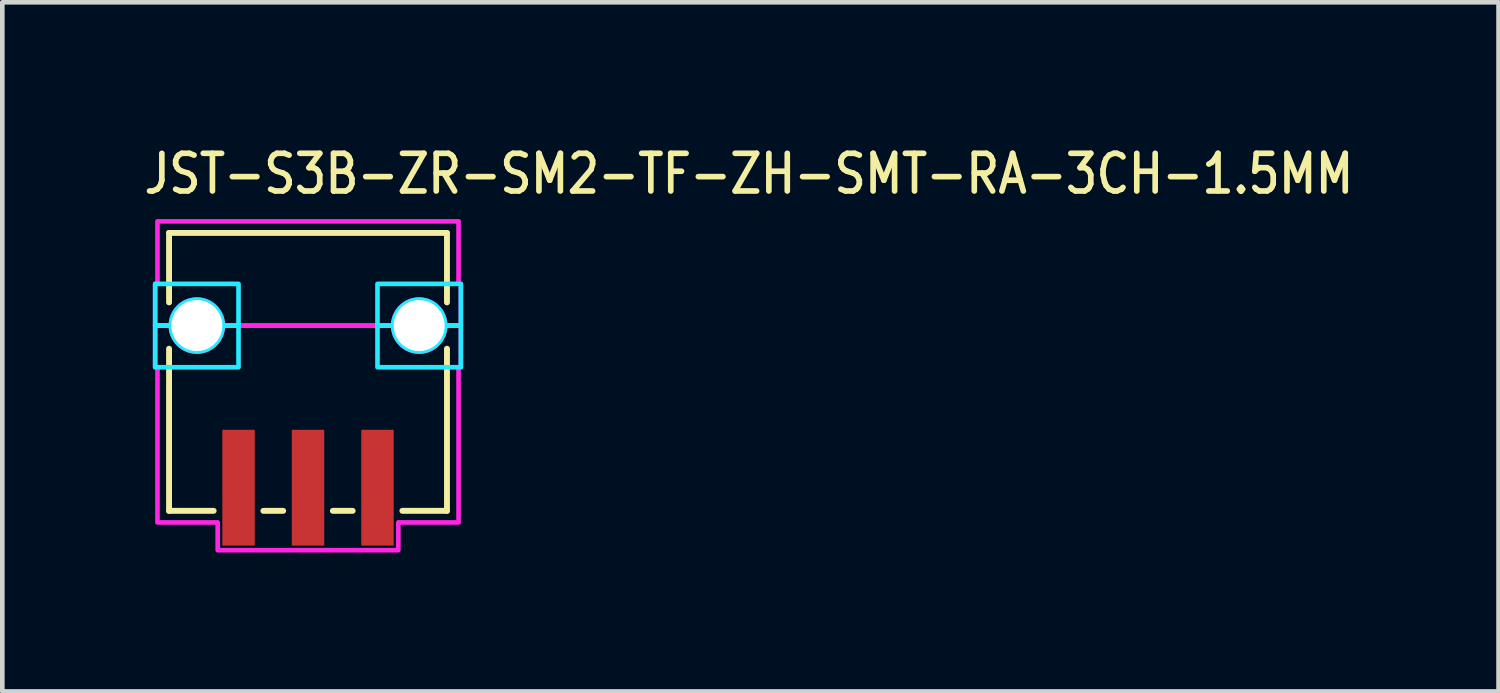
<source format=kicad_pcb>
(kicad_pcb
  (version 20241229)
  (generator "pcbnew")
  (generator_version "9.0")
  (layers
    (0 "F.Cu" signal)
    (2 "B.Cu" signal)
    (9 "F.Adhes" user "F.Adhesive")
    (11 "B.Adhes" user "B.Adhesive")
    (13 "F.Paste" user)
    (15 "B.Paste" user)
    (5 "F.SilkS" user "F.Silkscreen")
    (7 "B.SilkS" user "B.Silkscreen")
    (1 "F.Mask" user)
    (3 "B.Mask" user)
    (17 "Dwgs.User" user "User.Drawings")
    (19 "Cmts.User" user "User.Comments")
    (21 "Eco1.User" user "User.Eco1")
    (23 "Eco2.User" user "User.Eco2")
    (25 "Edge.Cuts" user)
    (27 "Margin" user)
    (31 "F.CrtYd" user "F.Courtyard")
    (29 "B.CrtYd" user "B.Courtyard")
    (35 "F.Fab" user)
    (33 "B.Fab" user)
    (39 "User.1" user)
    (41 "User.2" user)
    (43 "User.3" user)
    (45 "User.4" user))
  (footprint "JST-S3B-ZR-SM2-TF-ZH-SMT-RA-3CH-1.5MM"
    (layer "F.Cu")
    (at 3.6 3.979)
    (property "Reference" "JST-S3B-ZR-SM2-TF-ZH-SMT-RA-3CH-1.5MM" (at -3.6 -2.8 0) (unlocked yes) (layer "F.SilkS") (effects (font (size 0.813 0.695) (thickness 0.122)) (justify left bottom)))
    (fp_line (start -3 -2) (end -3 -0.5) (stroke (width 0.127) (type solid)) (layer "F.SilkS"))
    (fp_line (start -3 -2) (end 3 -2) (stroke (width 0.127) (type solid)) (layer "F.SilkS"))
    (fp_line (start -3 4) (end -3 0.5) (stroke (width 0.127) (type solid)) (layer "F.SilkS"))
    (fp_line (start -3 4) (end -2.037 4) (stroke (width 0.127) (type solid)) (layer "F.SilkS"))
    (fp_line (start -0.964 4) (end -0.536 4) (stroke (width 0.127) (type solid)) (layer "F.SilkS"))
    (fp_line (start 0.536 4) (end 0.964 4) (stroke (width 0.127) (type solid)) (layer "F.SilkS"))
    (fp_line (start 2.037 4) (end 3 4) (stroke (width 0.127) (type solid)) (layer "F.SilkS"))
    (fp_line (start 3 -0.5) (end 3 -2) (stroke (width 0.127) (type solid)) (layer "F.SilkS"))
    (fp_line (start 3 0.5) (end 3 4) (stroke (width 0.127) (type solid)) (layer "F.SilkS"))
    (fp_poly (pts (xy -1.5 -0.9) (xy -1.5 0) (xy -1.84 0) (xy -1.84 -0.000078) (xy -1.84 -0.009) (xy -1.84 -0.009) (xy -1.84 -0.018) (xy -1.84 -0.018) (xy -1.841 -0.026) (xy -1.841 -0.026) (xy -1.841 -0.035) (xy -1.841 -0.035) (xy -1.842 -0.044) (xy -1.842 -0.044) (xy -1.842 -0.053) (xy -1.842 -0.053) (xy -1.843 -0.061) (xy -1.843 -0.062) (xy -1.844 -0.07) (xy -1.844 -0.07) (xy -1.846 -0.079) (xy -1.846 -0.079) (xy -1.847 -0.088) (xy -1.847 -0.088) (xy -1.848 -0.096) (xy -1.848 -0.096) (xy -1.85 -0.105) (xy -1.85 -0.105) (xy -1.852 -0.113) (xy -1.852 -0.114) (xy -1.853 -0.122) (xy -1.854 -0.122) (xy -1.855 -0.131) (xy -1.855 -0.131) (xy -1.858 -0.139) (xy -1.858 -0.139) (xy -1.86 -0.148) (xy -1.86 -0.148) (xy -1.862 -0.156) (xy -1.862 -0.156) (xy -1.865 -0.165) (xy -1.865 -0.165) (xy -1.867 -0.173) (xy -1.867 -0.173) (xy -1.87 -0.181) (xy -1.87 -0.181) (xy -1.873 -0.19) (xy -1.873 -0.19) (xy -1.876 -0.198) (xy -1.876 -0.198) (xy -1.879 -0.206) (xy -1.879 -0.206) (xy -1.883 -0.214) (xy -1.883 -0.214) (xy -1.886 -0.222) (xy -1.886 -0.222) (xy -1.89 -0.23) (xy -1.89 -0.231) (xy -1.893 -0.238) (xy -1.893 -0.239) (xy -1.897 -0.246) (xy -1.897 -0.246) (xy -1.901 -0.254) (xy -1.901 -0.254) (xy -1.905 -0.262) (xy -1.905 -0.262) (xy -1.909 -0.27) (xy -1.909 -0.27) (xy -1.914 -0.277) (xy -1.914 -0.278) (xy -1.918 -0.285) (xy -1.918 -0.285) (xy -1.922 -0.293) (xy -1.923 -0.293) (xy -1.927 -0.3) (xy -1.927 -0.3) (xy -1.932 -0.307) (xy -1.932 -0.308) (xy -1.937 -0.315) (xy -1.937 -0.315) (xy -1.942 -0.322) (xy -1.942 -0.322) (xy -1.947 -0.329) (xy -1.947 -0.329) (xy -1.952 -0.336) (xy -1.952 -0.336) (xy -1.957 -0.343) (xy -1.958 -0.343) (xy -1.963 -0.35) (xy -1.963 -0.35) (xy -1.968 -0.357) (xy -1.969 -0.357) (xy -1.974 -0.364) (xy -1.974 -0.364) (xy -1.98 -0.37) (xy -1.98 -0.37) (xy -1.986 -0.377) (xy -1.986 -0.377) (xy -1.992 -0.383) (xy -1.992 -0.383) (xy -1.998 -0.39) (xy -1.998 -0.39) (xy -2.004 -0.396) (xy -2.004 -0.396) (xy -2.01 -0.402) (xy -2.01 -0.402) (xy -2.017 -0.408) (xy -2.017 -0.408) (xy -2.023 -0.414) (xy -2.023 -0.414) (xy -2.03 -0.42) (xy -2.03 -0.42) (xy -2.036 -0.426) (xy -2.036 -0.426) (xy -2.043 -0.431) (xy -2.043 -0.432) (xy -2.05 -0.437) (xy -2.05 -0.437) (xy -2.057 -0.442) (xy -2.057 -0.443) (xy -2.064 -0.448) (xy -2.064 -0.448) (xy -2.071 -0.453) (xy -2.071 -0.453) (xy -2.078 -0.458) (xy -2.078 -0.458) (xy -2.085 -0.463) (xy -2.085 -0.463) (xy -2.092 -0.468) (xy -2.093 -0.468) (xy -2.1 -0.473) (xy -2.1 -0.473) (xy -2.107 -0.477) (xy -2.107 -0.478) (xy -2.115 -0.482) (xy -2.115 -0.482) (xy -2.122 -0.486) (xy -2.123 -0.486) (xy -2.13 -0.491) (xy -2.13 -0.491) (xy -2.138 -0.495) (xy -2.138 -0.495) (xy -2.146 -0.499) (xy -2.146 -0.499) (xy -2.154 -0.503) (xy -2.154 -0.503) (xy -2.161 -0.507) (xy -2.162 -0.507) (xy -2.169 -0.51) (xy -2.17 -0.51) (xy -2.178 -0.514) (xy -2.178 -0.514) (xy -2.186 -0.517) (xy -2.186 -0.517) (xy -2.194 -0.521) (xy -2.194 -0.521) (xy -2.202 -0.524) (xy -2.202 -0.524) (xy -2.21 -0.527) (xy -2.21 -0.527) (xy -2.219 -0.53) (xy -2.219 -0.53) (xy -2.227 -0.533) (xy -2.227 -0.533) (xy -2.235 -0.535) (xy -2.235 -0.535) (xy -2.244 -0.538) (xy -2.244 -0.538) (xy -2.252 -0.54) (xy -2.252 -0.54) (xy -2.261 -0.542) (xy -2.261 -0.542) (xy -2.269 -0.545) (xy -2.269 -0.545) (xy -2.278 -0.546) (xy -2.278 -0.547) (xy -2.286 -0.548) (xy -2.287 -0.548) (xy -2.295 -0.55) (xy -2.295 -0.55) (xy -2.304 -0.552) (xy -2.304 -0.552) (xy -2.312 -0.553) (xy -2.312 -0.553) (xy -2.321 -0.554) (xy -2.321 -0.554) (xy -2.33 -0.556) (xy -2.33 -0.556) (xy -2.338 -0.557) (xy -2.339 -0.557) (xy -2.347 -0.558) (xy -2.347 -0.558) (xy -2.356 -0.558) (xy -2.356 -0.558) (xy -2.365 -0.559) (xy -2.365 -0.559) (xy -2.374 -0.559) (xy -2.374 -0.559) (xy -2.382 -0.56) (xy -2.382 -0.56) (xy -2.391 -0.56) (xy -2.391 -0.56) (xy -2.4 -0.56) (xy -2.4 -0.56) (xy -2.409 -0.56) (xy -2.409 -0.56) (xy -2.418 -0.56) (xy -2.418 -0.56) (xy -2.426 -0.559) (xy -2.426 -0.559) (xy -2.435 -0.559) (xy -2.435 -0.559) (xy -2.444 -0.558) (xy -2.444 -0.558) (xy -2.453 -0.558) (xy -2.453 -0.558) (xy -2.461 -0.557) (xy -2.462 -0.557) (xy -2.47 -0.556) (xy -2.47 -0.556) (xy -2.479 -0.554) (xy -2.479 -0.554) (xy -2.488 -0.553) (xy -2.488 -0.553) (xy -2.496 -0.552) (xy -2.496 -0.552) (xy -2.505 -0.55) (xy -2.505 -0.55) (xy -2.513 -0.548) (xy -2.514 -0.548) (xy -2.522 -0.547) (xy -2.522 -0.546) (xy -2.531 -0.545) (xy -2.531 -0.545) (xy -2.539 -0.542) (xy -2.539 -0.542) (xy -2.548 -0.54) (xy -2.548 -0.54) (xy -2.556 -0.538) (xy -2.556 -0.538) (xy -2.565 -0.535) (xy -2.565 -0.535) (xy -2.573 -0.533) (xy -2.573 -0.533) (xy -2.581 -0.53) (xy -2.581 -0.53) (xy -2.59 -0.527) (xy -2.59 -0.527) (xy -2.598 -0.524) (xy -2.598 -0.524) (xy -2.606 -0.521) (xy -2.606 -0.521) (xy -2.614 -0.517) (xy -2.614 -0.517) (xy -2.622 -0.514) (xy -2.622 -0.514) (xy -2.63 -0.51) (xy -2.631 -0.51) (xy -2.638 -0.507) (xy -2.639 -0.507) (xy -2.646 -0.503) (xy -2.646 -0.503) (xy -2.654 -0.499) (xy -2.654 -0.499) (xy -2.662 -0.495) (xy -2.662 -0.495) (xy -2.67 -0.491) (xy -2.67 -0.491) (xy -2.677 -0.486) (xy -2.678 -0.486) (xy -2.685 -0.482) (xy -2.685 -0.482) (xy -2.693 -0.478) (xy -2.693 -0.477) (xy -2.7 -0.473) (xy -2.7 -0.473) (xy -2.707 -0.468) (xy -2.708 -0.468) (xy -2.715 -0.463) (xy -2.715 -0.463) (xy -2.722 -0.458) (xy -2.722 -0.458) (xy -2.729 -0.453) (xy -2.729 -0.453) (xy -2.736 -0.448) (xy -2.736 -0.448) (xy -2.743 -0.443) (xy -2.743 -0.442) (xy -2.75 -0.437) (xy -2.75 -0.437) (xy -2.757 -0.432) (xy -2.757 -0.431) (xy -2.764 -0.426) (xy -2.764 -0.426) (xy -2.77 -0.42) (xy -2.77 -0.42) (xy -2.777 -0.414) (xy -2.777 -0.414) (xy -2.783 -0.408) (xy -2.783 -0.408) (xy -2.79 -0.402) (xy -2.79 -0.402) (xy -2.796 -0.396) (xy -2.796 -0.396) (xy -2.802 -0.39) (xy -2.802 -0.39) (xy -2.808 -0.383) (xy -2.808 -0.383) (xy -2.814 -0.377) (xy -2.814 -0.377) (xy -2.82 -0.37) (xy -2.82 -0.37) (xy -2.826 -0.364) (xy -2.826 -0.364) (xy -2.831 -0.357) (xy -2.832 -0.357) (xy -2.837 -0.35) (xy -2.837 -0.35) (xy -2.842 -0.343) (xy -2.843 -0.343) (xy -2.848 -0.336) (xy -2.848 -0.336) (xy -2.853 -0.329) (xy -2.853 -0.329) (xy -2.858 -0.322) (xy -2.858 -0.322) (xy -2.863 -0.315) (xy -2.863 -0.315) (xy -2.868 -0.308) (xy -2.868 -0.307) (xy -2.873 -0.3) (xy -2.873 -0.3) (xy -2.877 -0.293) (xy -2.878 -0.293) (xy -2.882 -0.285) (xy -2.882 -0.285) (xy -2.886 -0.278) (xy -2.886 -0.277) (xy -2.891 -0.27) (xy -2.891 -0.27) (xy -2.895 -0.262) (xy -2.895 -0.262) (xy -2.899 -0.254) (xy -2.899 -0.254) (xy -2.903 -0.246) (xy -2.903 -0.246) (xy -2.907 -0.239) (xy -2.907 -0.238) (xy -2.91 -0.231) (xy -2.91 -0.23) (xy -2.914 -0.222) (xy -2.914 -0.222) (xy -2.917 -0.214) (xy -2.917 -0.214) (xy -2.921 -0.206) (xy -2.921 -0.206) (xy -2.924 -0.198) (xy -2.924 -0.198) (xy -2.927 -0.19) (xy -2.927 -0.19) (xy -2.93 -0.181) (xy -2.93 -0.181) (xy -2.933 -0.173) (xy -2.933 -0.173) (xy -2.935 -0.165) (xy -2.935 -0.165) (xy -2.938 -0.156) (xy -2.938 -0.156) (xy -2.94 -0.148) (xy -2.94 -0.148) (xy -2.942 -0.139) (xy -2.942 -0.139) (xy -2.945 -0.131) (xy -2.945 -0.131) (xy -2.946 -0.122) (xy -2.947 -0.122) (xy -2.948 -0.114) (xy -2.948 -0.113) (xy -2.95 -0.105) (xy -2.95 -0.105) (xy -2.952 -0.096) (xy -2.952 -0.096) (xy -2.953 -0.088) (xy -2.953 -0.088) (xy -2.954 -0.079) (xy -2.954 -0.079) (xy -2.956 -0.07) (xy -2.956 -0.07) (xy -2.957 -0.062) (xy -2.957 -0.061) (xy -2.958 -0.053) (xy -2.958 -0.053) (xy -2.958 -0.044) (xy -2.958 -0.044) (xy -2.959 -0.035) (xy -2.959 -0.035) (xy -2.959 -0.026) (xy -2.959 -0.026) (xy -2.96 -0.018) (xy -2.96 -0.018) (xy -2.96 -0.009) (xy -2.96 -0.009) (xy -2.96 -0.000078) (xy -2.96 0) (xy -3.3 0) (xy -3.3 -0.9)) (stroke (width 0.1) (type solid)) (fill no) (layer "B.CrtYd"))
    (fp_poly (pts (xy -1.5 0) (xy -1.5 0.9) (xy -3.3 0.9) (xy -3.3 0) (xy -2.96 0) (xy -2.96 0.000078) (xy -2.96 0.009) (xy -2.96 0.009) (xy -2.96 0.018) (xy -2.96 0.018) (xy -2.959 0.026) (xy -2.959 0.026) (xy -2.959 0.035) (xy -2.959 0.035) (xy -2.958 0.044) (xy -2.958 0.044) (xy -2.958 0.053) (xy -2.958 0.053) (xy -2.957 0.061) (xy -2.957 0.062) (xy -2.956 0.07) (xy -2.956 0.07) (xy -2.954 0.079) (xy -2.954 0.079) (xy -2.953 0.088) (xy -2.953 0.088) (xy -2.952 0.096) (xy -2.952 0.096) (xy -2.95 0.105) (xy -2.95 0.105) (xy -2.948 0.113) (xy -2.948 0.114) (xy -2.947 0.122) (xy -2.946 0.122) (xy -2.945 0.131) (xy -2.945 0.131) (xy -2.942 0.139) (xy -2.942 0.139) (xy -2.94 0.148) (xy -2.94 0.148) (xy -2.938 0.156) (xy -2.938 0.156) (xy -2.935 0.165) (xy -2.935 0.165) (xy -2.933 0.173) (xy -2.933 0.173) (xy -2.93 0.181) (xy -2.93 0.181) (xy -2.927 0.19) (xy -2.927 0.19) (xy -2.924 0.198) (xy -2.924 0.198) (xy -2.921 0.206) (xy -2.921 0.206) (xy -2.917 0.214) (xy -2.917 0.214) (xy -2.914 0.222) (xy -2.914 0.222) (xy -2.91 0.23) (xy -2.91 0.231) (xy -2.907 0.238) (xy -2.907 0.239) (xy -2.903 0.246) (xy -2.903 0.246) (xy -2.899 0.254) (xy -2.899 0.254) (xy -2.895 0.262) (xy -2.895 0.262) (xy -2.891 0.27) (xy -2.891 0.27) (xy -2.886 0.277) (xy -2.886 0.278) (xy -2.882 0.285) (xy -2.882 0.285) (xy -2.878 0.293) (xy -2.877 0.293) (xy -2.873 0.3) (xy -2.873 0.3) (xy -2.868 0.307) (xy -2.868 0.308) (xy -2.863 0.315) (xy -2.863 0.315) (xy -2.858 0.322) (xy -2.858 0.322) (xy -2.853 0.329) (xy -2.853 0.329) (xy -2.848 0.336) (xy -2.848 0.336) (xy -2.843 0.343) (xy -2.842 0.343) (xy -2.837 0.35) (xy -2.837 0.35) (xy -2.832 0.357) (xy -2.831 0.357) (xy -2.826 0.364) (xy -2.826 0.364) (xy -2.82 0.37) (xy -2.82 0.37) (xy -2.814 0.377) (xy -2.814 0.377) (xy -2.808 0.383) (xy -2.808 0.383) (xy -2.802 0.39) (xy -2.802 0.39) (xy -2.796 0.396) (xy -2.796 0.396) (xy -2.79 0.402) (xy -2.79 0.402) (xy -2.783 0.408) (xy -2.783 0.408) (xy -2.777 0.414) (xy -2.777 0.414) (xy -2.77 0.42) (xy -2.77 0.42) (xy -2.764 0.426) (xy -2.764 0.426) (xy -2.757 0.431) (xy -2.757 0.432) (xy -2.75 0.437) (xy -2.75 0.437) (xy -2.743 0.442) (xy -2.743 0.443) (xy -2.736 0.448) (xy -2.736 0.448) (xy -2.729 0.453) (xy -2.729 0.453) (xy -2.722 0.458) (xy -2.722 0.458) (xy -2.715 0.463) (xy -2.715 0.463) (xy -2.708 0.468) (xy -2.707 0.468) (xy -2.7 0.473) (xy -2.7 0.473) (xy -2.693 0.477) (xy -2.693 0.478) (xy -2.685 0.482) (xy -2.685 0.482) (xy -2.678 0.486) (xy -2.677 0.486) (xy -2.67 0.491) (xy -2.67 0.491) (xy -2.662 0.495) (xy -2.662 0.495) (xy -2.654 0.499) (xy -2.654 0.499) (xy -2.646 0.503) (xy -2.646 0.503) (xy -2.639 0.507) (xy -2.638 0.507) (xy -2.631 0.51) (xy -2.63 0.51) (xy -2.622 0.514) (xy -2.622 0.514) (xy -2.614 0.517) (xy -2.614 0.517) (xy -2.606 0.521) (xy -2.606 0.521) (xy -2.598 0.524) (xy -2.598 0.524) (xy -2.59 0.527) (xy -2.59 0.527) (xy -2.581 0.53) (xy -2.581 0.53) (xy -2.573 0.533) (xy -2.573 0.533) (xy -2.565 0.535) (xy -2.565 0.535) (xy -2.556 0.538) (xy -2.556 0.538) (xy -2.548 0.54) (xy -2.548 0.54) (xy -2.539 0.542) (xy -2.539 0.542) (xy -2.531 0.545) (xy -2.531 0.545) (xy -2.522 0.546) (xy -2.522 0.547) (xy -2.514 0.548) (xy -2.513 0.548) (xy -2.505 0.55) (xy -2.505 0.55) (xy -2.496 0.552) (xy -2.496 0.552) (xy -2.488 0.553) (xy -2.488 0.553) (xy -2.479 0.554) (xy -2.479 0.554) (xy -2.47 0.556) (xy -2.47 0.556) (xy -2.462 0.557) (xy -2.461 0.557) (xy -2.453 0.558) (xy -2.453 0.558) (xy -2.444 0.558) (xy -2.444 0.558) (xy -2.435 0.559) (xy -2.435 0.559) (xy -2.426 0.559) (xy -2.426 0.559) (xy -2.418 0.56) (xy -2.418 0.56) (xy -2.409 0.56) (xy -2.409 0.56) (xy -2.4 0.56) (xy -2.4 0.56) (xy -2.391 0.56) (xy -2.391 0.56) (xy -2.382 0.56) (xy -2.382 0.56) (xy -2.374 0.559) (xy -2.374 0.559) (xy -2.365 0.559) (xy -2.365 0.559) (xy -2.356 0.558) (xy -2.356 0.558) (xy -2.347 0.558) (xy -2.347 0.558) (xy -2.339 0.557) (xy -2.338 0.557) (xy -2.33 0.556) (xy -2.33 0.556) (xy -2.321 0.554) (xy -2.321 0.554) (xy -2.312 0.553) (xy -2.312 0.553) (xy -2.304 0.552) (xy -2.304 0.552) (xy -2.295 0.55) (xy -2.295 0.55) (xy -2.287 0.548) (xy -2.286 0.548) (xy -2.278 0.547) (xy -2.278 0.546) (xy -2.269 0.545) (xy -2.269 0.545) (xy -2.261 0.542) (xy -2.261 0.542) (xy -2.252 0.54) (xy -2.252 0.54) (xy -2.244 0.538) (xy -2.244 0.538) (xy -2.235 0.535) (xy -2.235 0.535) (xy -2.227 0.533) (xy -2.227 0.533) (xy -2.219 0.53) (xy -2.219 0.53) (xy -2.21 0.527) (xy -2.21 0.527) (xy -2.202 0.524) (xy -2.202 0.524) (xy -2.194 0.521) (xy -2.194 0.521) (xy -2.186 0.517) (xy -2.186 0.517) (xy -2.178 0.514) (xy -2.178 0.514) (xy -2.17 0.51) (xy -2.169 0.51) (xy -2.162 0.507) (xy -2.161 0.507) (xy -2.154 0.503) (xy -2.154 0.503) (xy -2.146 0.499) (xy -2.146 0.499) (xy -2.138 0.495) (xy -2.138 0.495) (xy -2.13 0.491) (xy -2.13 0.491) (xy -2.123 0.486) (xy -2.122 0.486) (xy -2.115 0.482) (xy -2.115 0.482) (xy -2.107 0.478) (xy -2.107 0.477) (xy -2.1 0.473) (xy -2.1 0.473) (xy -2.093 0.468) (xy -2.092 0.468) (xy -2.085 0.463) (xy -2.085 0.463) (xy -2.078 0.458) (xy -2.078 0.458) (xy -2.071 0.453) (xy -2.071 0.453) (xy -2.064 0.448) (xy -2.064 0.448) (xy -2.057 0.443) (xy -2.057 0.442) (xy -2.05 0.437) (xy -2.05 0.437) (xy -2.043 0.432) (xy -2.043 0.431) (xy -2.036 0.426) (xy -2.036 0.426) (xy -2.03 0.42) (xy -2.03 0.42) (xy -2.023 0.414) (xy -2.023 0.414) (xy -2.017 0.408) (xy -2.017 0.408) (xy -2.01 0.402) (xy -2.01 0.402) (xy -2.004 0.396) (xy -2.004 0.396) (xy -1.998 0.39) (xy -1.998 0.39) (xy -1.992 0.383) (xy -1.992 0.383) (xy -1.986 0.377) (xy -1.986 0.377) (xy -1.98 0.37) (xy -1.98 0.37) (xy -1.974 0.364) (xy -1.974 0.364) (xy -1.969 0.357) (xy -1.968 0.357) (xy -1.963 0.35) (xy -1.963 0.35) (xy -1.958 0.343) (xy -1.957 0.343) (xy -1.952 0.336) (xy -1.952 0.336) (xy -1.947 0.329) (xy -1.947 0.329) (xy -1.942 0.322) (xy -1.942 0.322) (xy -1.937 0.315) (xy -1.937 0.315) (xy -1.932 0.308) (xy -1.932 0.307) (xy -1.927 0.3) (xy -1.927 0.3) (xy -1.923 0.293) (xy -1.922 0.293) (xy -1.918 0.285) (xy -1.918 0.285) (xy -1.914 0.278) (xy -1.914 0.277) (xy -1.909 0.27) (xy -1.909 0.27) (xy -1.905 0.262) (xy -1.905 0.262) (xy -1.901 0.254) (xy -1.901 0.254) (xy -1.897 0.246) (xy -1.897 0.246) (xy -1.893 0.239) (xy -1.893 0.238) (xy -1.89 0.231) (xy -1.89 0.23) (xy -1.886 0.222) (xy -1.886 0.222) (xy -1.883 0.214) (xy -1.883 0.214) (xy -1.879 0.206) (xy -1.879 0.206) (xy -1.876 0.198) (xy -1.876 0.198) (xy -1.873 0.19) (xy -1.873 0.19) (xy -1.87 0.181) (xy -1.87 0.181) (xy -1.867 0.173) (xy -1.867 0.173) (xy -1.865 0.165) (xy -1.865 0.165) (xy -1.862 0.156) (xy -1.862 0.156) (xy -1.86 0.148) (xy -1.86 0.148) (xy -1.858 0.139) (xy -1.858 0.139) (xy -1.855 0.131) (xy -1.855 0.131) (xy -1.854 0.122) (xy -1.853 0.122) (xy -1.852 0.114) (xy -1.852 0.113) (xy -1.85 0.105) (xy -1.85 0.105) (xy -1.848 0.096) (xy -1.848 0.096) (xy -1.847 0.088) (xy -1.847 0.088) (xy -1.846 0.079) (xy -1.846 0.079) (xy -1.844 0.07) (xy -1.844 0.07) (xy -1.843 0.062) (xy -1.843 0.061) (xy -1.842 0.053) (xy -1.842 0.053) (xy -1.842 0.044) (xy -1.842 0.044) (xy -1.841 0.035) (xy -1.841 0.035) (xy -1.841 0.026) (xy -1.841 0.026) (xy -1.84 0.018) (xy -1.84 0.018) (xy -1.84 0.009) (xy -1.84 0.009) (xy -1.84 0.000078) (xy -1.84 0)) (stroke (width 0.1) (type solid)) (fill no) (layer "B.CrtYd"))
    (fp_poly (pts (xy 1.5 0) (xy 1.5 -0.9) (xy 3.3 -0.9) (xy 3.3 0) (xy 2.96 0) (xy 2.96 -0.000078) (xy 2.96 -0.009) (xy 2.96 -0.009) (xy 2.96 -0.018) (xy 2.96 -0.018) (xy 2.959 -0.026) (xy 2.959 -0.026) (xy 2.959 -0.035) (xy 2.959 -0.035) (xy 2.958 -0.044) (xy 2.958 -0.044) (xy 2.958 -0.053) (xy 2.958 -0.053) (xy 2.957 -0.061) (xy 2.957 -0.062) (xy 2.956 -0.07) (xy 2.956 -0.07) (xy 2.954 -0.079) (xy 2.954 -0.079) (xy 2.953 -0.088) (xy 2.953 -0.088) (xy 2.952 -0.096) (xy 2.952 -0.096) (xy 2.95 -0.105) (xy 2.95 -0.105) (xy 2.948 -0.113) (xy 2.948 -0.114) (xy 2.947 -0.122) (xy 2.946 -0.122) (xy 2.945 -0.131) (xy 2.945 -0.131) (xy 2.942 -0.139) (xy 2.942 -0.139) (xy 2.94 -0.148) (xy 2.94 -0.148) (xy 2.938 -0.156) (xy 2.938 -0.156) (xy 2.935 -0.165) (xy 2.935 -0.165) (xy 2.933 -0.173) (xy 2.933 -0.173) (xy 2.93 -0.181) (xy 2.93 -0.181) (xy 2.927 -0.19) (xy 2.927 -0.19) (xy 2.924 -0.198) (xy 2.924 -0.198) (xy 2.921 -0.206) (xy 2.921 -0.206) (xy 2.917 -0.214) (xy 2.917 -0.214) (xy 2.914 -0.222) (xy 2.914 -0.222) (xy 2.91 -0.23) (xy 2.91 -0.231) (xy 2.907 -0.238) (xy 2.907 -0.239) (xy 2.903 -0.246) (xy 2.903 -0.246) (xy 2.899 -0.254) (xy 2.899 -0.254) (xy 2.895 -0.262) (xy 2.895 -0.262) (xy 2.891 -0.27) (xy 2.891 -0.27) (xy 2.886 -0.277) (xy 2.886 -0.278) (xy 2.882 -0.285) (xy 2.882 -0.285) (xy 2.878 -0.293) (xy 2.877 -0.293) (xy 2.873 -0.3) (xy 2.873 -0.3) (xy 2.868 -0.307) (xy 2.868 -0.308) (xy 2.863 -0.315) (xy 2.863 -0.315) (xy 2.858 -0.322) (xy 2.858 -0.322) (xy 2.853 -0.329) (xy 2.853 -0.329) (xy 2.848 -0.336) (xy 2.848 -0.336) (xy 2.843 -0.343) (xy 2.842 -0.343) (xy 2.837 -0.35) (xy 2.837 -0.35) (xy 2.832 -0.357) (xy 2.831 -0.357) (xy 2.826 -0.364) (xy 2.826 -0.364) (xy 2.82 -0.37) (xy 2.82 -0.37) (xy 2.814 -0.377) (xy 2.814 -0.377) (xy 2.808 -0.383) (xy 2.808 -0.383) (xy 2.802 -0.39) (xy 2.802 -0.39) (xy 2.796 -0.396) (xy 2.796 -0.396) (xy 2.79 -0.402) (xy 2.79 -0.402) (xy 2.783 -0.408) (xy 2.783 -0.408) (xy 2.777 -0.414) (xy 2.777 -0.414) (xy 2.77 -0.42) (xy 2.77 -0.42) (xy 2.764 -0.426) (xy 2.764 -0.426) (xy 2.757 -0.431) (xy 2.757 -0.432) (xy 2.75 -0.437) (xy 2.75 -0.437) (xy 2.743 -0.442) (xy 2.743 -0.443) (xy 2.736 -0.448) (xy 2.736 -0.448) (xy 2.729 -0.453) (xy 2.729 -0.453) (xy 2.722 -0.458) (xy 2.722 -0.458) (xy 2.715 -0.463) (xy 2.715 -0.463) (xy 2.708 -0.468) (xy 2.707 -0.468) (xy 2.7 -0.473) (xy 2.7 -0.473) (xy 2.693 -0.477) (xy 2.693 -0.478) (xy 2.685 -0.482) (xy 2.685 -0.482) (xy 2.678 -0.486) (xy 2.677 -0.486) (xy 2.67 -0.491) (xy 2.67 -0.491) (xy 2.662 -0.495) (xy 2.662 -0.495) (xy 2.654 -0.499) (xy 2.654 -0.499) (xy 2.646 -0.503) (xy 2.646 -0.503) (xy 2.639 -0.507) (xy 2.638 -0.507) (xy 2.631 -0.51) (xy 2.63 -0.51) (xy 2.622 -0.514) (xy 2.622 -0.514) (xy 2.614 -0.517) (xy 2.614 -0.517) (xy 2.606 -0.521) (xy 2.606 -0.521) (xy 2.598 -0.524) (xy 2.598 -0.524) (xy 2.59 -0.527) (xy 2.59 -0.527) (xy 2.581 -0.53) (xy 2.581 -0.53) (xy 2.573 -0.533) (xy 2.573 -0.533) (xy 2.565 -0.535) (xy 2.565 -0.535) (xy 2.556 -0.538) (xy 2.556 -0.538) (xy 2.548 -0.54) (xy 2.548 -0.54) (xy 2.539 -0.542) (xy 2.539 -0.542) (xy 2.531 -0.545) (xy 2.531 -0.545) (xy 2.522 -0.546) (xy 2.522 -0.547) (xy 2.514 -0.548) (xy 2.513 -0.548) (xy 2.505 -0.55) (xy 2.505 -0.55) (xy 2.496 -0.552) (xy 2.496 -0.552) (xy 2.488 -0.553) (xy 2.488 -0.553) (xy 2.479 -0.554) (xy 2.479 -0.554) (xy 2.47 -0.556) (xy 2.47 -0.556) (xy 2.462 -0.557) (xy 2.461 -0.557) (xy 2.453 -0.558) (xy 2.453 -0.558) (xy 2.444 -0.558) (xy 2.444 -0.558) (xy 2.435 -0.559) (xy 2.435 -0.559) (xy 2.426 -0.559) (xy 2.426 -0.559) (xy 2.418 -0.56) (xy 2.418 -0.56) (xy 2.409 -0.56) (xy 2.409 -0.56) (xy 2.4 -0.56) (xy 2.4 -0.56) (xy 2.391 -0.56) (xy 2.391 -0.56) (xy 2.382 -0.56) (xy 2.382 -0.56) (xy 2.374 -0.559) (xy 2.374 -0.559) (xy 2.365 -0.559) (xy 2.365 -0.559) (xy 2.356 -0.558) (xy 2.356 -0.558) (xy 2.347 -0.558) (xy 2.347 -0.558) (xy 2.339 -0.557) (xy 2.338 -0.557) (xy 2.33 -0.556) (xy 2.33 -0.556) (xy 2.321 -0.554) (xy 2.321 -0.554) (xy 2.312 -0.553) (xy 2.312 -0.553) (xy 2.304 -0.552) (xy 2.304 -0.552) (xy 2.295 -0.55) (xy 2.295 -0.55) (xy 2.287 -0.548) (xy 2.286 -0.548) (xy 2.278 -0.547) (xy 2.278 -0.546) (xy 2.269 -0.545) (xy 2.269 -0.545) (xy 2.261 -0.542) (xy 2.261 -0.542) (xy 2.252 -0.54) (xy 2.252 -0.54) (xy 2.244 -0.538) (xy 2.244 -0.538) (xy 2.235 -0.535) (xy 2.235 -0.535) (xy 2.227 -0.533) (xy 2.227 -0.533) (xy 2.219 -0.53) (xy 2.219 -0.53) (xy 2.21 -0.527) (xy 2.21 -0.527) (xy 2.202 -0.524) (xy 2.202 -0.524) (xy 2.194 -0.521) (xy 2.194 -0.521) (xy 2.186 -0.517) (xy 2.186 -0.517) (xy 2.178 -0.514) (xy 2.178 -0.514) (xy 2.17 -0.51) (xy 2.169 -0.51) (xy 2.162 -0.507) (xy 2.161 -0.507) (xy 2.154 -0.503) (xy 2.154 -0.503) (xy 2.146 -0.499) (xy 2.146 -0.499) (xy 2.138 -0.495) (xy 2.138 -0.495) (xy 2.13 -0.491) (xy 2.13 -0.491) (xy 2.123 -0.486) (xy 2.122 -0.486) (xy 2.115 -0.482) (xy 2.115 -0.482) (xy 2.107 -0.478) (xy 2.107 -0.477) (xy 2.1 -0.473) (xy 2.1 -0.473) (xy 2.093 -0.468) (xy 2.092 -0.468) (xy 2.085 -0.463) (xy 2.085 -0.463) (xy 2.078 -0.458) (xy 2.078 -0.458) (xy 2.071 -0.453) (xy 2.071 -0.453) (xy 2.064 -0.448) (xy 2.064 -0.448) (xy 2.057 -0.443) (xy 2.057 -0.442) (xy 2.05 -0.437) (xy 2.05 -0.437) (xy 2.043 -0.432) (xy 2.043 -0.431) (xy 2.036 -0.426) (xy 2.036 -0.426) (xy 2.03 -0.42) (xy 2.03 -0.42) (xy 2.023 -0.414) (xy 2.023 -0.414) (xy 2.017 -0.408) (xy 2.017 -0.408) (xy 2.01 -0.402) (xy 2.01 -0.402) (xy 2.004 -0.396) (xy 2.004 -0.396) (xy 1.998 -0.39) (xy 1.998 -0.39) (xy 1.992 -0.383) (xy 1.992 -0.383) (xy 1.986 -0.377) (xy 1.986 -0.377) (xy 1.98 -0.37) (xy 1.98 -0.37) (xy 1.974 -0.364) (xy 1.974 -0.364) (xy 1.969 -0.357) (xy 1.968 -0.357) (xy 1.963 -0.35) (xy 1.963 -0.35) (xy 1.958 -0.343) (xy 1.957 -0.343) (xy 1.952 -0.336) (xy 1.952 -0.336) (xy 1.947 -0.329) (xy 1.947 -0.329) (xy 1.942 -0.322) (xy 1.942 -0.322) (xy 1.937 -0.315) (xy 1.937 -0.315) (xy 1.932 -0.308) (xy 1.932 -0.307) (xy 1.927 -0.3) (xy 1.927 -0.3) (xy 1.923 -0.293) (xy 1.922 -0.293) (xy 1.918 -0.285) (xy 1.918 -0.285) (xy 1.914 -0.278) (xy 1.914 -0.277) (xy 1.909 -0.27) (xy 1.909 -0.27) (xy 1.905 -0.262) (xy 1.905 -0.262) (xy 1.901 -0.254) (xy 1.901 -0.254) (xy 1.897 -0.246) (xy 1.897 -0.246) (xy 1.893 -0.239) (xy 1.893 -0.238) (xy 1.89 -0.231) (xy 1.89 -0.23) (xy 1.886 -0.222) (xy 1.886 -0.222) (xy 1.883 -0.214) (xy 1.883 -0.214) (xy 1.879 -0.206) (xy 1.879 -0.206) (xy 1.876 -0.198) (xy 1.876 -0.198) (xy 1.873 -0.19) (xy 1.873 -0.19) (xy 1.87 -0.181) (xy 1.87 -0.181) (xy 1.867 -0.173) (xy 1.867 -0.173) (xy 1.865 -0.165) (xy 1.865 -0.165) (xy 1.862 -0.156) (xy 1.862 -0.156) (xy 1.86 -0.148) (xy 1.86 -0.148) (xy 1.858 -0.139) (xy 1.858 -0.139) (xy 1.855 -0.131) (xy 1.855 -0.131) (xy 1.854 -0.122) (xy 1.853 -0.122) (xy 1.852 -0.114) (xy 1.852 -0.113) (xy 1.85 -0.105) (xy 1.85 -0.105) (xy 1.848 -0.096) (xy 1.848 -0.096) (xy 1.847 -0.088) (xy 1.847 -0.088) (xy 1.846 -0.079) (xy 1.846 -0.079) (xy 1.844 -0.07) (xy 1.844 -0.07) (xy 1.843 -0.062) (xy 1.843 -0.061) (xy 1.842 -0.053) (xy 1.842 -0.053) (xy 1.842 -0.044) (xy 1.842 -0.044) (xy 1.841 -0.035) (xy 1.841 -0.035) (xy 1.841 -0.026) (xy 1.841 -0.026) (xy 1.84 -0.018) (xy 1.84 -0.018) (xy 1.84 -0.009) (xy 1.84 -0.009) (xy 1.84 -0.000078) (xy 1.84 0)) (stroke (width 0.1) (type solid)) (fill no) (layer "B.CrtYd"))
    (fp_poly (pts (xy 3.3 0.9) (xy 1.5 0.9) (xy 1.5 0) (xy 1.84 0) (xy 1.84 0.000078) (xy 1.84 0.009) (xy 1.84 0.009) (xy 1.84 0.018) (xy 1.84 0.018) (xy 1.841 0.026) (xy 1.841 0.026) (xy 1.841 0.035) (xy 1.841 0.035) (xy 1.842 0.044) (xy 1.842 0.044) (xy 1.842 0.053) (xy 1.842 0.053) (xy 1.843 0.061) (xy 1.843 0.062) (xy 1.844 0.07) (xy 1.844 0.07) (xy 1.846 0.079) (xy 1.846 0.079) (xy 1.847 0.088) (xy 1.847 0.088) (xy 1.848 0.096) (xy 1.848 0.096) (xy 1.85 0.105) (xy 1.85 0.105) (xy 1.852 0.113) (xy 1.852 0.114) (xy 1.853 0.122) (xy 1.854 0.122) (xy 1.855 0.131) (xy 1.855 0.131) (xy 1.858 0.139) (xy 1.858 0.139) (xy 1.86 0.148) (xy 1.86 0.148) (xy 1.862 0.156) (xy 1.862 0.156) (xy 1.865 0.165) (xy 1.865 0.165) (xy 1.867 0.173) (xy 1.867 0.173) (xy 1.87 0.181) (xy 1.87 0.181) (xy 1.873 0.19) (xy 1.873 0.19) (xy 1.876 0.198) (xy 1.876 0.198) (xy 1.879 0.206) (xy 1.879 0.206) (xy 1.883 0.214) (xy 1.883 0.214) (xy 1.886 0.222) (xy 1.886 0.222) (xy 1.89 0.23) (xy 1.89 0.231) (xy 1.893 0.238) (xy 1.893 0.239) (xy 1.897 0.246) (xy 1.897 0.246) (xy 1.901 0.254) (xy 1.901 0.254) (xy 1.905 0.262) (xy 1.905 0.262) (xy 1.909 0.27) (xy 1.909 0.27) (xy 1.914 0.277) (xy 1.914 0.278) (xy 1.918 0.285) (xy 1.918 0.285) (xy 1.922 0.293) (xy 1.923 0.293) (xy 1.927 0.3) (xy 1.927 0.3) (xy 1.932 0.307) (xy 1.932 0.308) (xy 1.937 0.315) (xy 1.937 0.315) (xy 1.942 0.322) (xy 1.942 0.322) (xy 1.947 0.329) (xy 1.947 0.329) (xy 1.952 0.336) (xy 1.952 0.336) (xy 1.957 0.343) (xy 1.958 0.343) (xy 1.963 0.35) (xy 1.963 0.35) (xy 1.968 0.357) (xy 1.969 0.357) (xy 1.974 0.364) (xy 1.974 0.364) (xy 1.98 0.37) (xy 1.98 0.37) (xy 1.986 0.377) (xy 1.986 0.377) (xy 1.992 0.383) (xy 1.992 0.383) (xy 1.998 0.39) (xy 1.998 0.39) (xy 2.004 0.396) (xy 2.004 0.396) (xy 2.01 0.402) (xy 2.01 0.402) (xy 2.017 0.408) (xy 2.017 0.408) (xy 2.023 0.414) (xy 2.023 0.414) (xy 2.03 0.42) (xy 2.03 0.42) (xy 2.036 0.426) (xy 2.036 0.426) (xy 2.043 0.431) (xy 2.043 0.432) (xy 2.05 0.437) (xy 2.05 0.437) (xy 2.057 0.442) (xy 2.057 0.443) (xy 2.064 0.448) (xy 2.064 0.448) (xy 2.071 0.453) (xy 2.071 0.453) (xy 2.078 0.458) (xy 2.078 0.458) (xy 2.085 0.463) (xy 2.085 0.463) (xy 2.092 0.468) (xy 2.093 0.468) (xy 2.1 0.473) (xy 2.1 0.473) (xy 2.107 0.477) (xy 2.107 0.478) (xy 2.115 0.482) (xy 2.115 0.482) (xy 2.122 0.486) (xy 2.123 0.486) (xy 2.13 0.491) (xy 2.13 0.491) (xy 2.138 0.495) (xy 2.138 0.495) (xy 2.146 0.499) (xy 2.146 0.499) (xy 2.154 0.503) (xy 2.154 0.503) (xy 2.161 0.507) (xy 2.162 0.507) (xy 2.169 0.51) (xy 2.17 0.51) (xy 2.178 0.514) (xy 2.178 0.514) (xy 2.186 0.517) (xy 2.186 0.517) (xy 2.194 0.521) (xy 2.194 0.521) (xy 2.202 0.524) (xy 2.202 0.524) (xy 2.21 0.527) (xy 2.21 0.527) (xy 2.219 0.53) (xy 2.219 0.53) (xy 2.227 0.533) (xy 2.227 0.533) (xy 2.235 0.535) (xy 2.235 0.535) (xy 2.244 0.538) (xy 2.244 0.538) (xy 2.252 0.54) (xy 2.252 0.54) (xy 2.261 0.542) (xy 2.261 0.542) (xy 2.269 0.545) (xy 2.269 0.545) (xy 2.278 0.546) (xy 2.278 0.547) (xy 2.286 0.548) (xy 2.287 0.548) (xy 2.295 0.55) (xy 2.295 0.55) (xy 2.304 0.552) (xy 2.304 0.552) (xy 2.312 0.553) (xy 2.312 0.553) (xy 2.321 0.554) (xy 2.321 0.554) (xy 2.33 0.556) (xy 2.33 0.556) (xy 2.338 0.557) (xy 2.339 0.557) (xy 2.347 0.558) (xy 2.347 0.558) (xy 2.356 0.558) (xy 2.356 0.558) (xy 2.365 0.559) (xy 2.365 0.559) (xy 2.374 0.559) (xy 2.374 0.559) (xy 2.382 0.56) (xy 2.382 0.56) (xy 2.391 0.56) (xy 2.391 0.56) (xy 2.4 0.56) (xy 2.4 0.56) (xy 2.409 0.56) (xy 2.409 0.56) (xy 2.418 0.56) (xy 2.418 0.56) (xy 2.426 0.559) (xy 2.426 0.559) (xy 2.435 0.559) (xy 2.435 0.559) (xy 2.444 0.558) (xy 2.444 0.558) (xy 2.453 0.558) (xy 2.453 0.558) (xy 2.461 0.557) (xy 2.462 0.557) (xy 2.47 0.556) (xy 2.47 0.556) (xy 2.479 0.554) (xy 2.479 0.554) (xy 2.488 0.553) (xy 2.488 0.553) (xy 2.496 0.552) (xy 2.496 0.552) (xy 2.505 0.55) (xy 2.505 0.55) (xy 2.513 0.548) (xy 2.514 0.548) (xy 2.522 0.547) (xy 2.522 0.546) (xy 2.531 0.545) (xy 2.531 0.545) (xy 2.539 0.542) (xy 2.539 0.542) (xy 2.548 0.54) (xy 2.548 0.54) (xy 2.556 0.538) (xy 2.556 0.538) (xy 2.565 0.535) (xy 2.565 0.535) (xy 2.573 0.533) (xy 2.573 0.533) (xy 2.581 0.53) (xy 2.581 0.53) (xy 2.59 0.527) (xy 2.59 0.527) (xy 2.598 0.524) (xy 2.598 0.524) (xy 2.606 0.521) (xy 2.606 0.521) (xy 2.614 0.517) (xy 2.614 0.517) (xy 2.622 0.514) (xy 2.622 0.514) (xy 2.63 0.51) (xy 2.631 0.51) (xy 2.638 0.507) (xy 2.639 0.507) (xy 2.646 0.503) (xy 2.646 0.503) (xy 2.654 0.499) (xy 2.654 0.499) (xy 2.662 0.495) (xy 2.662 0.495) (xy 2.67 0.491) (xy 2.67 0.491) (xy 2.677 0.486) (xy 2.678 0.486) (xy 2.685 0.482) (xy 2.685 0.482) (xy 2.693 0.478) (xy 2.693 0.477) (xy 2.7 0.473) (xy 2.7 0.473) (xy 2.707 0.468) (xy 2.708 0.468) (xy 2.715 0.463) (xy 2.715 0.463) (xy 2.722 0.458) (xy 2.722 0.458) (xy 2.729 0.453) (xy 2.729 0.453) (xy 2.736 0.448) (xy 2.736 0.448) (xy 2.743 0.443) (xy 2.743 0.442) (xy 2.75 0.437) (xy 2.75 0.437) (xy 2.757 0.432) (xy 2.757 0.431) (xy 2.764 0.426) (xy 2.764 0.426) (xy 2.77 0.42) (xy 2.77 0.42) (xy 2.777 0.414) (xy 2.777 0.414) (xy 2.783 0.408) (xy 2.783 0.408) (xy 2.79 0.402) (xy 2.79 0.402) (xy 2.796 0.396) (xy 2.796 0.396) (xy 2.802 0.39) (xy 2.802 0.39) (xy 2.808 0.383) (xy 2.808 0.383) (xy 2.814 0.377) (xy 2.814 0.377) (xy 2.82 0.37) (xy 2.82 0.37) (xy 2.826 0.364) (xy 2.826 0.364) (xy 2.831 0.357) (xy 2.832 0.357) (xy 2.837 0.35) (xy 2.837 0.35) (xy 2.842 0.343) (xy 2.843 0.343) (xy 2.848 0.336) (xy 2.848 0.336) (xy 2.853 0.329) (xy 2.853 0.329) (xy 2.858 0.322) (xy 2.858 0.322) (xy 2.863 0.315) (xy 2.863 0.315) (xy 2.868 0.308) (xy 2.868 0.307) (xy 2.873 0.3) (xy 2.873 0.3) (xy 2.877 0.293) (xy 2.878 0.293) (xy 2.882 0.285) (xy 2.882 0.285) (xy 2.886 0.278) (xy 2.886 0.277) (xy 2.891 0.27) (xy 2.891 0.27) (xy 2.895 0.262) (xy 2.895 0.262) (xy 2.899 0.254) (xy 2.899 0.254) (xy 2.903 0.246) (xy 2.903 0.246) (xy 2.907 0.239) (xy 2.907 0.238) (xy 2.91 0.231) (xy 2.91 0.23) (xy 2.914 0.222) (xy 2.914 0.222) (xy 2.917 0.214) (xy 2.917 0.214) (xy 2.921 0.206) (xy 2.921 0.206) (xy 2.924 0.198) (xy 2.924 0.198) (xy 2.927 0.19) (xy 2.927 0.19) (xy 2.93 0.181) (xy 2.93 0.181) (xy 2.933 0.173) (xy 2.933 0.173) (xy 2.935 0.165) (xy 2.935 0.165) (xy 2.938 0.156) (xy 2.938 0.156) (xy 2.94 0.148) (xy 2.94 0.148) (xy 2.942 0.139) (xy 2.942 0.139) (xy 2.945 0.131) (xy 2.945 0.131) (xy 2.946 0.122) (xy 2.947 0.122) (xy 2.948 0.114) (xy 2.948 0.113) (xy 2.95 0.105) (xy 2.95 0.105) (xy 2.952 0.096) (xy 2.952 0.096) (xy 2.953 0.088) (xy 2.953 0.088) (xy 2.954 0.079) (xy 2.954 0.079) (xy 2.956 0.07) (xy 2.956 0.07) (xy 2.957 0.062) (xy 2.957 0.061) (xy 2.958 0.053) (xy 2.958 0.053) (xy 2.958 0.044) (xy 2.958 0.044) (xy 2.959 0.035) (xy 2.959 0.035) (xy 2.959 0.026) (xy 2.959 0.026) (xy 2.96 0.018) (xy 2.96 0.018) (xy 2.96 0.009) (xy 2.96 0.009) (xy 2.96 0.000078) (xy 2.96 0) (xy 3.3 0)) (stroke (width 0.1) (type solid)) (fill no) (layer "B.CrtYd"))
    (fp_poly (pts (xy 3.25 -2.25) (xy 3.25 -0.9) (xy 3.3 -0.9) (xy 3.3 0) (xy 2.96 0) (xy 2.96 -0.000078) (xy 2.96 -0.009) (xy 2.96 -0.009) (xy 2.96 -0.018) (xy 2.96 -0.018) (xy 2.959 -0.026) (xy 2.959 -0.026) (xy 2.959 -0.035) (xy 2.959 -0.035) (xy 2.958 -0.044) (xy 2.958 -0.044) (xy 2.958 -0.053) (xy 2.958 -0.053) (xy 2.957 -0.061) (xy 2.957 -0.062) (xy 2.956 -0.07) (xy 2.956 -0.07) (xy 2.954 -0.079) (xy 2.954 -0.079) (xy 2.953 -0.088) (xy 2.953 -0.088) (xy 2.952 -0.096) (xy 2.952 -0.096) (xy 2.95 -0.105) (xy 2.95 -0.105) (xy 2.948 -0.113) (xy 2.948 -0.114) (xy 2.947 -0.122) (xy 2.946 -0.122) (xy 2.945 -0.131) (xy 2.945 -0.131) (xy 2.942 -0.139) (xy 2.942 -0.139) (xy 2.94 -0.148) (xy 2.94 -0.148) (xy 2.938 -0.156) (xy 2.938 -0.156) (xy 2.935 -0.165) (xy 2.935 -0.165) (xy 2.933 -0.173) (xy 2.933 -0.173) (xy 2.93 -0.181) (xy 2.93 -0.181) (xy 2.927 -0.19) (xy 2.927 -0.19) (xy 2.924 -0.198) (xy 2.924 -0.198) (xy 2.921 -0.206) (xy 2.921 -0.206) (xy 2.917 -0.214) (xy 2.917 -0.214) (xy 2.914 -0.222) (xy 2.914 -0.222) (xy 2.91 -0.23) (xy 2.91 -0.231) (xy 2.907 -0.238) (xy 2.907 -0.239) (xy 2.903 -0.246) (xy 2.903 -0.246) (xy 2.899 -0.254) (xy 2.899 -0.254) (xy 2.895 -0.262) (xy 2.895 -0.262) (xy 2.891 -0.27) (xy 2.891 -0.27) (xy 2.886 -0.277) (xy 2.886 -0.278) (xy 2.882 -0.285) (xy 2.882 -0.285) (xy 2.878 -0.293) (xy 2.877 -0.293) (xy 2.873 -0.3) (xy 2.873 -0.3) (xy 2.868 -0.307) (xy 2.868 -0.308) (xy 2.863 -0.315) (xy 2.863 -0.315) (xy 2.858 -0.322) (xy 2.858 -0.322) (xy 2.853 -0.329) (xy 2.853 -0.329) (xy 2.848 -0.336) (xy 2.848 -0.336) (xy 2.843 -0.343) (xy 2.842 -0.343) (xy 2.837 -0.35) (xy 2.837 -0.35) (xy 2.832 -0.357) (xy 2.831 -0.357) (xy 2.826 -0.364) (xy 2.826 -0.364) (xy 2.82 -0.37) (xy 2.82 -0.37) (xy 2.814 -0.377) (xy 2.814 -0.377) (xy 2.808 -0.383) (xy 2.808 -0.383) (xy 2.802 -0.39) (xy 2.802 -0.39) (xy 2.796 -0.396) (xy 2.796 -0.396) (xy 2.79 -0.402) (xy 2.79 -0.402) (xy 2.783 -0.408) (xy 2.783 -0.408) (xy 2.777 -0.414) (xy 2.777 -0.414) (xy 2.77 -0.42) (xy 2.77 -0.42) (xy 2.764 -0.426) (xy 2.764 -0.426) (xy 2.757 -0.431) (xy 2.757 -0.432) (xy 2.75 -0.437) (xy 2.75 -0.437) (xy 2.743 -0.442) (xy 2.743 -0.443) (xy 2.736 -0.448) (xy 2.736 -0.448) (xy 2.729 -0.453) (xy 2.729 -0.453) (xy 2.722 -0.458) (xy 2.722 -0.458) (xy 2.715 -0.463) (xy 2.715 -0.463) (xy 2.708 -0.468) (xy 2.707 -0.468) (xy 2.7 -0.473) (xy 2.7 -0.473) (xy 2.693 -0.477) (xy 2.693 -0.478) (xy 2.685 -0.482) (xy 2.685 -0.482) (xy 2.678 -0.486) (xy 2.677 -0.486) (xy 2.67 -0.491) (xy 2.67 -0.491) (xy 2.662 -0.495) (xy 2.662 -0.495) (xy 2.654 -0.499) (xy 2.654 -0.499) (xy 2.646 -0.503) (xy 2.646 -0.503) (xy 2.639 -0.507) (xy 2.638 -0.507) (xy 2.631 -0.51) (xy 2.63 -0.51) (xy 2.622 -0.514) (xy 2.622 -0.514) (xy 2.614 -0.517) (xy 2.614 -0.517) (xy 2.606 -0.521) (xy 2.606 -0.521) (xy 2.598 -0.524) (xy 2.598 -0.524) (xy 2.59 -0.527) (xy 2.59 -0.527) (xy 2.581 -0.53) (xy 2.581 -0.53) (xy 2.573 -0.533) (xy 2.573 -0.533) (xy 2.565 -0.535) (xy 2.565 -0.535) (xy 2.556 -0.538) (xy 2.556 -0.538) (xy 2.548 -0.54) (xy 2.548 -0.54) (xy 2.539 -0.542) (xy 2.539 -0.542) (xy 2.531 -0.545) (xy 2.531 -0.545) (xy 2.522 -0.546) (xy 2.522 -0.547) (xy 2.514 -0.548) (xy 2.513 -0.548) (xy 2.505 -0.55) (xy 2.505 -0.55) (xy 2.496 -0.552) (xy 2.496 -0.552) (xy 2.488 -0.553) (xy 2.488 -0.553) (xy 2.479 -0.554) (xy 2.479 -0.554) (xy 2.47 -0.556) (xy 2.47 -0.556) (xy 2.462 -0.557) (xy 2.461 -0.557) (xy 2.453 -0.558) (xy 2.453 -0.558) (xy 2.444 -0.558) (xy 2.444 -0.558) (xy 2.435 -0.559) (xy 2.435 -0.559) (xy 2.426 -0.559) (xy 2.426 -0.559) (xy 2.418 -0.56) (xy 2.418 -0.56) (xy 2.409 -0.56) (xy 2.409 -0.56) (xy 2.4 -0.56) (xy 2.4 -0.56) (xy 2.391 -0.56) (xy 2.391 -0.56) (xy 2.382 -0.56) (xy 2.382 -0.56) (xy 2.374 -0.559) (xy 2.374 -0.559) (xy 2.365 -0.559) (xy 2.365 -0.559) (xy 2.356 -0.558) (xy 2.356 -0.558) (xy 2.347 -0.558) (xy 2.347 -0.558) (xy 2.339 -0.557) (xy 2.338 -0.557) (xy 2.33 -0.556) (xy 2.33 -0.556) (xy 2.321 -0.554) (xy 2.321 -0.554) (xy 2.312 -0.553) (xy 2.312 -0.553) (xy 2.304 -0.552) (xy 2.304 -0.552) (xy 2.295 -0.55) (xy 2.295 -0.55) (xy 2.287 -0.548) (xy 2.286 -0.548) (xy 2.278 -0.547) (xy 2.278 -0.546) (xy 2.269 -0.545) (xy 2.269 -0.545) (xy 2.261 -0.542) (xy 2.261 -0.542) (xy 2.252 -0.54) (xy 2.252 -0.54) (xy 2.244 -0.538) (xy 2.244 -0.538) (xy 2.235 -0.535) (xy 2.235 -0.535) (xy 2.227 -0.533) (xy 2.227 -0.533) (xy 2.219 -0.53) (xy 2.219 -0.53) (xy 2.21 -0.527) (xy 2.21 -0.527) (xy 2.202 -0.524) (xy 2.202 -0.524) (xy 2.194 -0.521) (xy 2.194 -0.521) (xy 2.186 -0.517) (xy 2.186 -0.517) (xy 2.178 -0.514) (xy 2.178 -0.514) (xy 2.17 -0.51) (xy 2.169 -0.51) (xy 2.162 -0.507) (xy 2.161 -0.507) (xy 2.154 -0.503) (xy 2.154 -0.503) (xy 2.146 -0.499) (xy 2.146 -0.499) (xy 2.138 -0.495) (xy 2.138 -0.495) (xy 2.13 -0.491) (xy 2.13 -0.491) (xy 2.123 -0.486) (xy 2.122 -0.486) (xy 2.115 -0.482) (xy 2.115 -0.482) (xy 2.107 -0.478) (xy 2.107 -0.477) (xy 2.1 -0.473) (xy 2.1 -0.473) (xy 2.093 -0.468) (xy 2.092 -0.468) (xy 2.085 -0.463) (xy 2.085 -0.463) (xy 2.078 -0.458) (xy 2.078 -0.458) (xy 2.071 -0.453) (xy 2.071 -0.453) (xy 2.064 -0.448) (xy 2.064 -0.448) (xy 2.057 -0.443) (xy 2.057 -0.442) (xy 2.05 -0.437) (xy 2.05 -0.437) (xy 2.043 -0.432) (xy 2.043 -0.431) (xy 2.036 -0.426) (xy 2.036 -0.426) (xy 2.03 -0.42) (xy 2.03 -0.42) (xy 2.023 -0.414) (xy 2.023 -0.414) (xy 2.017 -0.408) (xy 2.017 -0.408) (xy 2.01 -0.402) (xy 2.01 -0.402) (xy 2.004 -0.396) (xy 2.004 -0.396) (xy 1.998 -0.39) (xy 1.998 -0.39) (xy 1.992 -0.383) (xy 1.992 -0.383) (xy 1.986 -0.377) (xy 1.986 -0.377) (xy 1.98 -0.37) (xy 1.98 -0.37) (xy 1.974 -0.364) (xy 1.974 -0.364) (xy 1.969 -0.357) (xy 1.968 -0.357) (xy 1.963 -0.35) (xy 1.963 -0.35) (xy 1.958 -0.343) (xy 1.957 -0.343) (xy 1.952 -0.336) (xy 1.952 -0.336) (xy 1.947 -0.329) (xy 1.947 -0.329) (xy 1.942 -0.322) (xy 1.942 -0.322) (xy 1.937 -0.315) (xy 1.937 -0.315) (xy 1.932 -0.308) (xy 1.932 -0.307) (xy 1.927 -0.3) (xy 1.927 -0.3) (xy 1.923 -0.293) (xy 1.922 -0.293) (xy 1.918 -0.285) (xy 1.918 -0.285) (xy 1.914 -0.278) (xy 1.914 -0.277) (xy 1.909 -0.27) (xy 1.909 -0.27) (xy 1.905 -0.262) (xy 1.905 -0.262) (xy 1.901 -0.254) (xy 1.901 -0.254) (xy 1.897 -0.246) (xy 1.897 -0.246) (xy 1.893 -0.239) (xy 1.893 -0.238) (xy 1.89 -0.231) (xy 1.89 -0.23) (xy 1.886 -0.222) (xy 1.886 -0.222) (xy 1.883 -0.214) (xy 1.883 -0.214) (xy 1.879 -0.206) (xy 1.879 -0.206) (xy 1.876 -0.198) (xy 1.876 -0.198) (xy 1.873 -0.19) (xy 1.873 -0.19) (xy 1.87 -0.181) (xy 1.87 -0.181) (xy 1.867 -0.173) (xy 1.867 -0.173) (xy 1.865 -0.165) (xy 1.865 -0.165) (xy 1.862 -0.156) (xy 1.862 -0.156) (xy 1.86 -0.148) (xy 1.86 -0.148) (xy 1.858 -0.139) (xy 1.858 -0.139) (xy 1.855 -0.131) (xy 1.855 -0.131) (xy 1.854 -0.122) (xy 1.853 -0.122) (xy 1.852 -0.114) (xy 1.852 -0.113) (xy 1.85 -0.105) (xy 1.85 -0.105) (xy 1.848 -0.096) (xy 1.848 -0.096) (xy 1.847 -0.088) (xy 1.847 -0.088) (xy 1.846 -0.079) (xy 1.846 -0.079) (xy 1.844 -0.07) (xy 1.844 -0.07) (xy 1.843 -0.062) (xy 1.843 -0.061) (xy 1.842 -0.053) (xy 1.842 -0.053) (xy 1.842 -0.044) (xy 1.842 -0.044) (xy 1.841 -0.035) (xy 1.841 -0.035) (xy 1.841 -0.026) (xy 1.841 -0.026) (xy 1.84 -0.018) (xy 1.84 -0.018) (xy 1.84 -0.009) (xy 1.84 -0.009) (xy 1.84 -0.000078) (xy 1.84 0) (xy -1.84 0) (xy -1.84 -0.000078) (xy -1.84 -0.009) (xy -1.84 -0.009) (xy -1.84 -0.018) (xy -1.84 -0.018) (xy -1.841 -0.026) (xy -1.841 -0.026) (xy -1.841 -0.035) (xy -1.841 -0.035) (xy -1.842 -0.044) (xy -1.842 -0.044) (xy -1.842 -0.053) (xy -1.842 -0.053) (xy -1.843 -0.061) (xy -1.843 -0.062) (xy -1.844 -0.07) (xy -1.844 -0.07) (xy -1.846 -0.079) (xy -1.846 -0.079) (xy -1.847 -0.088) (xy -1.847 -0.088) (xy -1.848 -0.096) (xy -1.848 -0.096) (xy -1.85 -0.105) (xy -1.85 -0.105) (xy -1.852 -0.113) (xy -1.852 -0.114) (xy -1.853 -0.122) (xy -1.854 -0.122) (xy -1.855 -0.131) (xy -1.855 -0.131) (xy -1.858 -0.139) (xy -1.858 -0.139) (xy -1.86 -0.148) (xy -1.86 -0.148) (xy -1.862 -0.156) (xy -1.862 -0.156) (xy -1.865 -0.165) (xy -1.865 -0.165) (xy -1.867 -0.173) (xy -1.867 -0.173) (xy -1.87 -0.181) (xy -1.87 -0.181) (xy -1.873 -0.19) (xy -1.873 -0.19) (xy -1.876 -0.198) (xy -1.876 -0.198) (xy -1.879 -0.206) (xy -1.879 -0.206) (xy -1.883 -0.214) (xy -1.883 -0.214) (xy -1.886 -0.222) (xy -1.886 -0.222) (xy -1.89 -0.23) (xy -1.89 -0.231) (xy -1.893 -0.238) (xy -1.893 -0.239) (xy -1.897 -0.246) (xy -1.897 -0.246) (xy -1.901 -0.254) (xy -1.901 -0.254) (xy -1.905 -0.262) (xy -1.905 -0.262) (xy -1.909 -0.27) (xy -1.909 -0.27) (xy -1.914 -0.277) (xy -1.914 -0.278) (xy -1.918 -0.285) (xy -1.918 -0.285) (xy -1.922 -0.293) (xy -1.923 -0.293) (xy -1.927 -0.3) (xy -1.927 -0.3) (xy -1.932 -0.307) (xy -1.932 -0.308) (xy -1.937 -0.315) (xy -1.937 -0.315) (xy -1.942 -0.322) (xy -1.942 -0.322) (xy -1.947 -0.329) (xy -1.947 -0.329) (xy -1.952 -0.336) (xy -1.952 -0.336) (xy -1.957 -0.343) (xy -1.958 -0.343) (xy -1.963 -0.35) (xy -1.963 -0.35) (xy -1.968 -0.357) (xy -1.969 -0.357) (xy -1.974 -0.364) (xy -1.974 -0.364) (xy -1.98 -0.37) (xy -1.98 -0.37) (xy -1.986 -0.377) (xy -1.986 -0.377) (xy -1.992 -0.383) (xy -1.992 -0.383) (xy -1.998 -0.39) (xy -1.998 -0.39) (xy -2.004 -0.396) (xy -2.004 -0.396) (xy -2.01 -0.402) (xy -2.01 -0.402) (xy -2.017 -0.408) (xy -2.017 -0.408) (xy -2.023 -0.414) (xy -2.023 -0.414) (xy -2.03 -0.42) (xy -2.03 -0.42) (xy -2.036 -0.426) (xy -2.036 -0.426) (xy -2.043 -0.431) (xy -2.043 -0.432) (xy -2.05 -0.437) (xy -2.05 -0.437) (xy -2.057 -0.442) (xy -2.057 -0.443) (xy -2.064 -0.448) (xy -2.064 -0.448) (xy -2.071 -0.453) (xy -2.071 -0.453) (xy -2.078 -0.458) (xy -2.078 -0.458) (xy -2.085 -0.463) (xy -2.085 -0.463) (xy -2.092 -0.468) (xy -2.093 -0.468) (xy -2.1 -0.473) (xy -2.1 -0.473) (xy -2.107 -0.477) (xy -2.107 -0.478) (xy -2.115 -0.482) (xy -2.115 -0.482) (xy -2.122 -0.486) (xy -2.123 -0.486) (xy -2.13 -0.491) (xy -2.13 -0.491) (xy -2.138 -0.495) (xy -2.138 -0.495) (xy -2.146 -0.499) (xy -2.146 -0.499) (xy -2.154 -0.503) (xy -2.154 -0.503) (xy -2.161 -0.507) (xy -2.162 -0.507) (xy -2.169 -0.51) (xy -2.17 -0.51) (xy -2.178 -0.514) (xy -2.178 -0.514) (xy -2.186 -0.517) (xy -2.186 -0.517) (xy -2.194 -0.521) (xy -2.194 -0.521) (xy -2.202 -0.524) (xy -2.202 -0.524) (xy -2.21 -0.527) (xy -2.21 -0.527) (xy -2.219 -0.53) (xy -2.219 -0.53) (xy -2.227 -0.533) (xy -2.227 -0.533) (xy -2.235 -0.535) (xy -2.235 -0.535) (xy -2.244 -0.538) (xy -2.244 -0.538) (xy -2.252 -0.54) (xy -2.252 -0.54) (xy -2.261 -0.542) (xy -2.261 -0.542) (xy -2.269 -0.545) (xy -2.269 -0.545) (xy -2.278 -0.546) (xy -2.278 -0.547) (xy -2.286 -0.548) (xy -2.287 -0.548) (xy -2.295 -0.55) (xy -2.295 -0.55) (xy -2.304 -0.552) (xy -2.304 -0.552) (xy -2.312 -0.553) (xy -2.312 -0.553) (xy -2.321 -0.554) (xy -2.321 -0.554) (xy -2.33 -0.556) (xy -2.33 -0.556) (xy -2.338 -0.557) (xy -2.339 -0.557) (xy -2.347 -0.558) (xy -2.347 -0.558) (xy -2.356 -0.558) (xy -2.356 -0.558) (xy -2.365 -0.559) (xy -2.365 -0.559) (xy -2.374 -0.559) (xy -2.374 -0.559) (xy -2.382 -0.56) (xy -2.382 -0.56) (xy -2.391 -0.56) (xy -2.391 -0.56) (xy -2.4 -0.56) (xy -2.4 -0.56) (xy -2.409 -0.56) (xy -2.409 -0.56) (xy -2.418 -0.56) (xy -2.418 -0.56) (xy -2.426 -0.559) (xy -2.426 -0.559) (xy -2.435 -0.559) (xy -2.435 -0.559) (xy -2.444 -0.558) (xy -2.444 -0.558) (xy -2.453 -0.558) (xy -2.453 -0.558) (xy -2.461 -0.557) (xy -2.462 -0.557) (xy -2.47 -0.556) (xy -2.47 -0.556) (xy -2.479 -0.554) (xy -2.479 -0.554) (xy -2.488 -0.553) (xy -2.488 -0.553) (xy -2.496 -0.552) (xy -2.496 -0.552) (xy -2.505 -0.55) (xy -2.505 -0.55) (xy -2.513 -0.548) (xy -2.514 -0.548) (xy -2.522 -0.547) (xy -2.522 -0.546) (xy -2.531 -0.545) (xy -2.531 -0.545) (xy -2.539 -0.542) (xy -2.539 -0.542) (xy -2.548 -0.54) (xy -2.548 -0.54) (xy -2.556 -0.538) (xy -2.556 -0.538) (xy -2.565 -0.535) (xy -2.565 -0.535) (xy -2.573 -0.533) (xy -2.573 -0.533) (xy -2.581 -0.53) (xy -2.581 -0.53) (xy -2.59 -0.527) (xy -2.59 -0.527) (xy -2.598 -0.524) (xy -2.598 -0.524) (xy -2.606 -0.521) (xy -2.606 -0.521) (xy -2.614 -0.517) (xy -2.614 -0.517) (xy -2.622 -0.514) (xy -2.622 -0.514) (xy -2.63 -0.51) (xy -2.631 -0.51) (xy -2.638 -0.507) (xy -2.639 -0.507) (xy -2.646 -0.503) (xy -2.646 -0.503) (xy -2.654 -0.499) (xy -2.654 -0.499) (xy -2.662 -0.495) (xy -2.662 -0.495) (xy -2.67 -0.491) (xy -2.67 -0.491) (xy -2.677 -0.486) (xy -2.678 -0.486) (xy -2.685 -0.482) (xy -2.685 -0.482) (xy -2.693 -0.478) (xy -2.693 -0.477) (xy -2.7 -0.473) (xy -2.7 -0.473) (xy -2.707 -0.468) (xy -2.708 -0.468) (xy -2.715 -0.463) (xy -2.715 -0.463) (xy -2.722 -0.458) (xy -2.722 -0.458) (xy -2.729 -0.453) (xy -2.729 -0.453) (xy -2.736 -0.448) (xy -2.736 -0.448) (xy -2.743 -0.443) (xy -2.743 -0.442) (xy -2.75 -0.437) (xy -2.75 -0.437) (xy -2.757 -0.432) (xy -2.757 -0.431) (xy -2.764 -0.426) (xy -2.764 -0.426) (xy -2.77 -0.42) (xy -2.77 -0.42) (xy -2.777 -0.414) (xy -2.777 -0.414) (xy -2.783 -0.408) (xy -2.783 -0.408) (xy -2.79 -0.402) (xy -2.79 -0.402) (xy -2.796 -0.396) (xy -2.796 -0.396) (xy -2.802 -0.39) (xy -2.802 -0.39) (xy -2.808 -0.383) (xy -2.808 -0.383) (xy -2.814 -0.377) (xy -2.814 -0.377) (xy -2.82 -0.37) (xy -2.82 -0.37) (xy -2.826 -0.364) (xy -2.826 -0.364) (xy -2.831 -0.357) (xy -2.832 -0.357) (xy -2.837 -0.35) (xy -2.837 -0.35) (xy -2.842 -0.343) (xy -2.843 -0.343) (xy -2.848 -0.336) (xy -2.848 -0.336) (xy -2.853 -0.329) (xy -2.853 -0.329) (xy -2.858 -0.322) (xy -2.858 -0.322) (xy -2.863 -0.315) (xy -2.863 -0.315) (xy -2.868 -0.308) (xy -2.868 -0.307) (xy -2.873 -0.3) (xy -2.873 -0.3) (xy -2.877 -0.293) (xy -2.878 -0.293) (xy -2.882 -0.285) (xy -2.882 -0.285) (xy -2.886 -0.278) (xy -2.886 -0.277) (xy -2.891 -0.27) (xy -2.891 -0.27) (xy -2.895 -0.262) (xy -2.895 -0.262) (xy -2.899 -0.254) (xy -2.899 -0.254) (xy -2.903 -0.246) (xy -2.903 -0.246) (xy -2.907 -0.239) (xy -2.907 -0.238) (xy -2.91 -0.231) (xy -2.91 -0.23) (xy -2.914 -0.222) (xy -2.914 -0.222) (xy -2.917 -0.214) (xy -2.917 -0.214) (xy -2.921 -0.206) (xy -2.921 -0.206) (xy -2.924 -0.198) (xy -2.924 -0.198) (xy -2.927 -0.19) (xy -2.927 -0.19) (xy -2.93 -0.181) (xy -2.93 -0.181) (xy -2.933 -0.173) (xy -2.933 -0.173) (xy -2.935 -0.165) (xy -2.935 -0.165) (xy -2.938 -0.156) (xy -2.938 -0.156) (xy -2.94 -0.148) (xy -2.94 -0.148) (xy -2.942 -0.139) (xy -2.942 -0.139) (xy -2.945 -0.131) (xy -2.945 -0.131) (xy -2.946 -0.122) (xy -2.947 -0.122) (xy -2.948 -0.114) (xy -2.948 -0.113) (xy -2.95 -0.105) (xy -2.95 -0.105) (xy -2.952 -0.096) (xy -2.952 -0.096) (xy -2.953 -0.088) (xy -2.953 -0.088) (xy -2.954 -0.079) (xy -2.954 -0.079) (xy -2.956 -0.07) (xy -2.956 -0.07) (xy -2.957 -0.062) (xy -2.957 -0.061) (xy -2.958 -0.053) (xy -2.958 -0.053) (xy -2.958 -0.044) (xy -2.958 -0.044) (xy -2.959 -0.035) (xy -2.959 -0.035) (xy -2.959 -0.026) (xy -2.959 -0.026) (xy -2.96 -0.018) (xy -2.96 -0.018) (xy -2.96 -0.009) (xy -2.96 -0.009) (xy -2.96 -0.000078) (xy -2.96 0) (xy -3.3 0) (xy -3.3 -0.9) (xy -3.25 -0.9) (xy -3.25 -2.25)) (stroke (width 0.1) (type solid)) (fill no) (layer "F.CrtYd"))
    (fp_poly (pts (xy 3.3 0) (xy 3.3 0.9) (xy 3.25 0.9) (xy 3.25 4.25) (xy 1.95 4.25) (xy 1.95 4.85) (xy -1.95 4.85) (xy -1.95 4.25) (xy -3.25 4.25) (xy -3.25 0.9) (xy -3.3 0.9) (xy -3.3 0) (xy -2.96 0) (xy -2.96 0.000078) (xy -2.96 0.009) (xy -2.96 0.009) (xy -2.96 0.018) (xy -2.96 0.018) (xy -2.959 0.026) (xy -2.959 0.026) (xy -2.959 0.035) (xy -2.959 0.035) (xy -2.958 0.044) (xy -2.958 0.044) (xy -2.958 0.053) (xy -2.958 0.053) (xy -2.957 0.061) (xy -2.957 0.062) (xy -2.956 0.07) (xy -2.956 0.07) (xy -2.954 0.079) (xy -2.954 0.079) (xy -2.953 0.088) (xy -2.953 0.088) (xy -2.952 0.096) (xy -2.952 0.096) (xy -2.95 0.105) (xy -2.95 0.105) (xy -2.948 0.113) (xy -2.948 0.114) (xy -2.947 0.122) (xy -2.946 0.122) (xy -2.945 0.131) (xy -2.945 0.131) (xy -2.942 0.139) (xy -2.942 0.139) (xy -2.94 0.148) (xy -2.94 0.148) (xy -2.938 0.156) (xy -2.938 0.156) (xy -2.935 0.165) (xy -2.935 0.165) (xy -2.933 0.173) (xy -2.933 0.173) (xy -2.93 0.181) (xy -2.93 0.181) (xy -2.927 0.19) (xy -2.927 0.19) (xy -2.924 0.198) (xy -2.924 0.198) (xy -2.921 0.206) (xy -2.921 0.206) (xy -2.917 0.214) (xy -2.917 0.214) (xy -2.914 0.222) (xy -2.914 0.222) (xy -2.91 0.23) (xy -2.91 0.231) (xy -2.907 0.238) (xy -2.907 0.239) (xy -2.903 0.246) (xy -2.903 0.246) (xy -2.899 0.254) (xy -2.899 0.254) (xy -2.895 0.262) (xy -2.895 0.262) (xy -2.891 0.27) (xy -2.891 0.27) (xy -2.886 0.277) (xy -2.886 0.278) (xy -2.882 0.285) (xy -2.882 0.285) (xy -2.878 0.293) (xy -2.877 0.293) (xy -2.873 0.3) (xy -2.873 0.3) (xy -2.868 0.307) (xy -2.868 0.308) (xy -2.863 0.315) (xy -2.863 0.315) (xy -2.858 0.322) (xy -2.858 0.322) (xy -2.853 0.329) (xy -2.853 0.329) (xy -2.848 0.336) (xy -2.848 0.336) (xy -2.843 0.343) (xy -2.842 0.343) (xy -2.837 0.35) (xy -2.837 0.35) (xy -2.832 0.357) (xy -2.831 0.357) (xy -2.826 0.364) (xy -2.826 0.364) (xy -2.82 0.37) (xy -2.82 0.37) (xy -2.814 0.377) (xy -2.814 0.377) (xy -2.808 0.383) (xy -2.808 0.383) (xy -2.802 0.39) (xy -2.802 0.39) (xy -2.796 0.396) (xy -2.796 0.396) (xy -2.79 0.402) (xy -2.79 0.402) (xy -2.783 0.408) (xy -2.783 0.408) (xy -2.777 0.414) (xy -2.777 0.414) (xy -2.77 0.42) (xy -2.77 0.42) (xy -2.764 0.426) (xy -2.764 0.426) (xy -2.757 0.431) (xy -2.757 0.432) (xy -2.75 0.437) (xy -2.75 0.437) (xy -2.743 0.442) (xy -2.743 0.443) (xy -2.736 0.448) (xy -2.736 0.448) (xy -2.729 0.453) (xy -2.729 0.453) (xy -2.722 0.458) (xy -2.722 0.458) (xy -2.715 0.463) (xy -2.715 0.463) (xy -2.708 0.468) (xy -2.707 0.468) (xy -2.7 0.473) (xy -2.7 0.473) (xy -2.693 0.477) (xy -2.693 0.478) (xy -2.685 0.482) (xy -2.685 0.482) (xy -2.678 0.486) (xy -2.677 0.486) (xy -2.67 0.491) (xy -2.67 0.491) (xy -2.662 0.495) (xy -2.662 0.495) (xy -2.654 0.499) (xy -2.654 0.499) (xy -2.646 0.503) (xy -2.646 0.503) (xy -2.639 0.507) (xy -2.638 0.507) (xy -2.631 0.51) (xy -2.63 0.51) (xy -2.622 0.514) (xy -2.622 0.514) (xy -2.614 0.517) (xy -2.614 0.517) (xy -2.606 0.521) (xy -2.606 0.521) (xy -2.598 0.524) (xy -2.598 0.524) (xy -2.59 0.527) (xy -2.59 0.527) (xy -2.581 0.53) (xy -2.581 0.53) (xy -2.573 0.533) (xy -2.573 0.533) (xy -2.565 0.535) (xy -2.565 0.535) (xy -2.556 0.538) (xy -2.556 0.538) (xy -2.548 0.54) (xy -2.548 0.54) (xy -2.539 0.542) (xy -2.539 0.542) (xy -2.531 0.545) (xy -2.531 0.545) (xy -2.522 0.546) (xy -2.522 0.547) (xy -2.514 0.548) (xy -2.513 0.548) (xy -2.505 0.55) (xy -2.505 0.55) (xy -2.496 0.552) (xy -2.496 0.552) (xy -2.488 0.553) (xy -2.488 0.553) (xy -2.479 0.554) (xy -2.479 0.554) (xy -2.47 0.556) (xy -2.47 0.556) (xy -2.462 0.557) (xy -2.461 0.557) (xy -2.453 0.558) (xy -2.453 0.558) (xy -2.444 0.558) (xy -2.444 0.558) (xy -2.435 0.559) (xy -2.435 0.559) (xy -2.426 0.559) (xy -2.426 0.559) (xy -2.418 0.56) (xy -2.418 0.56) (xy -2.409 0.56) (xy -2.409 0.56) (xy -2.4 0.56) (xy -2.4 0.56) (xy -2.391 0.56) (xy -2.391 0.56) (xy -2.382 0.56) (xy -2.382 0.56) (xy -2.374 0.559) (xy -2.374 0.559) (xy -2.365 0.559) (xy -2.365 0.559) (xy -2.356 0.558) (xy -2.356 0.558) (xy -2.347 0.558) (xy -2.347 0.558) (xy -2.339 0.557) (xy -2.338 0.557) (xy -2.33 0.556) (xy -2.33 0.556) (xy -2.321 0.554) (xy -2.321 0.554) (xy -2.312 0.553) (xy -2.312 0.553) (xy -2.304 0.552) (xy -2.304 0.552) (xy -2.295 0.55) (xy -2.295 0.55) (xy -2.287 0.548) (xy -2.286 0.548) (xy -2.278 0.547) (xy -2.278 0.546) (xy -2.269 0.545) (xy -2.269 0.545) (xy -2.261 0.542) (xy -2.261 0.542) (xy -2.252 0.54) (xy -2.252 0.54) (xy -2.244 0.538) (xy -2.244 0.538) (xy -2.235 0.535) (xy -2.235 0.535) (xy -2.227 0.533) (xy -2.227 0.533) (xy -2.219 0.53) (xy -2.219 0.53) (xy -2.21 0.527) (xy -2.21 0.527) (xy -2.202 0.524) (xy -2.202 0.524) (xy -2.194 0.521) (xy -2.194 0.521) (xy -2.186 0.517) (xy -2.186 0.517) (xy -2.178 0.514) (xy -2.178 0.514) (xy -2.17 0.51) (xy -2.169 0.51) (xy -2.162 0.507) (xy -2.161 0.507) (xy -2.154 0.503) (xy -2.154 0.503) (xy -2.146 0.499) (xy -2.146 0.499) (xy -2.138 0.495) (xy -2.138 0.495) (xy -2.13 0.491) (xy -2.13 0.491) (xy -2.123 0.486) (xy -2.122 0.486) (xy -2.115 0.482) (xy -2.115 0.482) (xy -2.107 0.478) (xy -2.107 0.477) (xy -2.1 0.473) (xy -2.1 0.473) (xy -2.093 0.468) (xy -2.092 0.468) (xy -2.085 0.463) (xy -2.085 0.463) (xy -2.078 0.458) (xy -2.078 0.458) (xy -2.071 0.453) (xy -2.071 0.453) (xy -2.064 0.448) (xy -2.064 0.448) (xy -2.057 0.443) (xy -2.057 0.442) (xy -2.05 0.437) (xy -2.05 0.437) (xy -2.043 0.432) (xy -2.043 0.431) (xy -2.036 0.426) (xy -2.036 0.426) (xy -2.03 0.42) (xy -2.03 0.42) (xy -2.023 0.414) (xy -2.023 0.414) (xy -2.017 0.408) (xy -2.017 0.408) (xy -2.01 0.402) (xy -2.01 0.402) (xy -2.004 0.396) (xy -2.004 0.396) (xy -1.998 0.39) (xy -1.998 0.39) (xy -1.992 0.383) (xy -1.992 0.383) (xy -1.986 0.377) (xy -1.986 0.377) (xy -1.98 0.37) (xy -1.98 0.37) (xy -1.974 0.364) (xy -1.974 0.364) (xy -1.969 0.357) (xy -1.968 0.357) (xy -1.963 0.35) (xy -1.963 0.35) (xy -1.958 0.343) (xy -1.957 0.343) (xy -1.952 0.336) (xy -1.952 0.336) (xy -1.947 0.329) (xy -1.947 0.329) (xy -1.942 0.322) (xy -1.942 0.322) (xy -1.937 0.315) (xy -1.937 0.315) (xy -1.932 0.308) (xy -1.932 0.307) (xy -1.927 0.3) (xy -1.927 0.3) (xy -1.923 0.293) (xy -1.922 0.293) (xy -1.918 0.285) (xy -1.918 0.285) (xy -1.914 0.278) (xy -1.914 0.277) (xy -1.909 0.27) (xy -1.909 0.27) (xy -1.905 0.262) (xy -1.905 0.262) (xy -1.901 0.254) (xy -1.901 0.254) (xy -1.897 0.246) (xy -1.897 0.246) (xy -1.893 0.239) (xy -1.893 0.238) (xy -1.89 0.231) (xy -1.89 0.23) (xy -1.886 0.222) (xy -1.886 0.222) (xy -1.883 0.214) (xy -1.883 0.214) (xy -1.879 0.206) (xy -1.879 0.206) (xy -1.876 0.198) (xy -1.876 0.198) (xy -1.873 0.19) (xy -1.873 0.19) (xy -1.87 0.181) (xy -1.87 0.181) (xy -1.867 0.173) (xy -1.867 0.173) (xy -1.865 0.165) (xy -1.865 0.165) (xy -1.862 0.156) (xy -1.862 0.156) (xy -1.86 0.148) (xy -1.86 0.148) (xy -1.858 0.139) (xy -1.858 0.139) (xy -1.855 0.131) (xy -1.855 0.131) (xy -1.854 0.122) (xy -1.853 0.122) (xy -1.852 0.114) (xy -1.852 0.113) (xy -1.85 0.105) (xy -1.85 0.105) (xy -1.848 0.096) (xy -1.848 0.096) (xy -1.847 0.088) (xy -1.847 0.088) (xy -1.846 0.079) (xy -1.846 0.079) (xy -1.844 0.07) (xy -1.844 0.07) (xy -1.843 0.062) (xy -1.843 0.061) (xy -1.842 0.053) (xy -1.842 0.053) (xy -1.842 0.044) (xy -1.842 0.044) (xy -1.841 0.035) (xy -1.841 0.035) (xy -1.841 0.026) (xy -1.841 0.026) (xy -1.84 0.018) (xy -1.84 0.018) (xy -1.84 0.009) (xy -1.84 0.009) (xy -1.84 0.000078) (xy -1.84 0) (xy 1.84 0) (xy 1.84 0.000078) (xy 1.84 0.009) (xy 1.84 0.009) (xy 1.84 0.018) (xy 1.84 0.018) (xy 1.841 0.026) (xy 1.841 0.026) (xy 1.841 0.035) (xy 1.841 0.035) (xy 1.842 0.044) (xy 1.842 0.044) (xy 1.842 0.053) (xy 1.842 0.053) (xy 1.843 0.061) (xy 1.843 0.062) (xy 1.844 0.07) (xy 1.844 0.07) (xy 1.846 0.079) (xy 1.846 0.079) (xy 1.847 0.088) (xy 1.847 0.088) (xy 1.848 0.096) (xy 1.848 0.096) (xy 1.85 0.105) (xy 1.85 0.105) (xy 1.852 0.113) (xy 1.852 0.114) (xy 1.853 0.122) (xy 1.854 0.122) (xy 1.855 0.131) (xy 1.855 0.131) (xy 1.858 0.139) (xy 1.858 0.139) (xy 1.86 0.148) (xy 1.86 0.148) (xy 1.862 0.156) (xy 1.862 0.156) (xy 1.865 0.165) (xy 1.865 0.165) (xy 1.867 0.173) (xy 1.867 0.173) (xy 1.87 0.181) (xy 1.87 0.181) (xy 1.873 0.19) (xy 1.873 0.19) (xy 1.876 0.198) (xy 1.876 0.198) (xy 1.879 0.206) (xy 1.879 0.206) (xy 1.883 0.214) (xy 1.883 0.214) (xy 1.886 0.222) (xy 1.886 0.222) (xy 1.89 0.23) (xy 1.89 0.231) (xy 1.893 0.238) (xy 1.893 0.239) (xy 1.897 0.246) (xy 1.897 0.246) (xy 1.901 0.254) (xy 1.901 0.254) (xy 1.905 0.262) (xy 1.905 0.262) (xy 1.909 0.27) (xy 1.909 0.27) (xy 1.914 0.277) (xy 1.914 0.278) (xy 1.918 0.285) (xy 1.918 0.285) (xy 1.922 0.293) (xy 1.923 0.293) (xy 1.927 0.3) (xy 1.927 0.3) (xy 1.932 0.307) (xy 1.932 0.308) (xy 1.937 0.315) (xy 1.937 0.315) (xy 1.942 0.322) (xy 1.942 0.322) (xy 1.947 0.329) (xy 1.947 0.329) (xy 1.952 0.336) (xy 1.952 0.336) (xy 1.957 0.343) (xy 1.958 0.343) (xy 1.963 0.35) (xy 1.963 0.35) (xy 1.968 0.357) (xy 1.969 0.357) (xy 1.974 0.364) (xy 1.974 0.364) (xy 1.98 0.37) (xy 1.98 0.37) (xy 1.986 0.377) (xy 1.986 0.377) (xy 1.992 0.383) (xy 1.992 0.383) (xy 1.998 0.39) (xy 1.998 0.39) (xy 2.004 0.396) (xy 2.004 0.396) (xy 2.01 0.402) (xy 2.01 0.402) (xy 2.017 0.408) (xy 2.017 0.408) (xy 2.023 0.414) (xy 2.023 0.414) (xy 2.03 0.42) (xy 2.03 0.42) (xy 2.036 0.426) (xy 2.036 0.426) (xy 2.043 0.431) (xy 2.043 0.432) (xy 2.05 0.437) (xy 2.05 0.437) (xy 2.057 0.442) (xy 2.057 0.443) (xy 2.064 0.448) (xy 2.064 0.448) (xy 2.071 0.453) (xy 2.071 0.453) (xy 2.078 0.458) (xy 2.078 0.458) (xy 2.085 0.463) (xy 2.085 0.463) (xy 2.092 0.468) (xy 2.093 0.468) (xy 2.1 0.473) (xy 2.1 0.473) (xy 2.107 0.477) (xy 2.107 0.478) (xy 2.115 0.482) (xy 2.115 0.482) (xy 2.122 0.486) (xy 2.123 0.486) (xy 2.13 0.491) (xy 2.13 0.491) (xy 2.138 0.495) (xy 2.138 0.495) (xy 2.146 0.499) (xy 2.146 0.499) (xy 2.154 0.503) (xy 2.154 0.503) (xy 2.161 0.507) (xy 2.162 0.507) (xy 2.169 0.51) (xy 2.17 0.51) (xy 2.178 0.514) (xy 2.178 0.514) (xy 2.186 0.517) (xy 2.186 0.517) (xy 2.194 0.521) (xy 2.194 0.521) (xy 2.202 0.524) (xy 2.202 0.524) (xy 2.21 0.527) (xy 2.21 0.527) (xy 2.219 0.53) (xy 2.219 0.53) (xy 2.227 0.533) (xy 2.227 0.533) (xy 2.235 0.535) (xy 2.235 0.535) (xy 2.244 0.538) (xy 2.244 0.538) (xy 2.252 0.54) (xy 2.252 0.54) (xy 2.261 0.542) (xy 2.261 0.542) (xy 2.269 0.545) (xy 2.269 0.545) (xy 2.278 0.546) (xy 2.278 0.547) (xy 2.286 0.548) (xy 2.287 0.548) (xy 2.295 0.55) (xy 2.295 0.55) (xy 2.304 0.552) (xy 2.304 0.552) (xy 2.312 0.553) (xy 2.312 0.553) (xy 2.321 0.554) (xy 2.321 0.554) (xy 2.33 0.556) (xy 2.33 0.556) (xy 2.338 0.557) (xy 2.339 0.557) (xy 2.347 0.558) (xy 2.347 0.558) (xy 2.356 0.558) (xy 2.356 0.558) (xy 2.365 0.559) (xy 2.365 0.559) (xy 2.374 0.559) (xy 2.374 0.559) (xy 2.382 0.56) (xy 2.382 0.56) (xy 2.391 0.56) (xy 2.391 0.56) (xy 2.4 0.56) (xy 2.4 0.56) (xy 2.409 0.56) (xy 2.409 0.56) (xy 2.418 0.56) (xy 2.418 0.56) (xy 2.426 0.559) (xy 2.426 0.559) (xy 2.435 0.559) (xy 2.435 0.559) (xy 2.444 0.558) (xy 2.444 0.558) (xy 2.453 0.558) (xy 2.453 0.558) (xy 2.461 0.557) (xy 2.462 0.557) (xy 2.47 0.556) (xy 2.47 0.556) (xy 2.479 0.554) (xy 2.479 0.554) (xy 2.488 0.553) (xy 2.488 0.553) (xy 2.496 0.552) (xy 2.496 0.552) (xy 2.505 0.55) (xy 2.505 0.55) (xy 2.513 0.548) (xy 2.514 0.548) (xy 2.522 0.547) (xy 2.522 0.546) (xy 2.531 0.545) (xy 2.531 0.545) (xy 2.539 0.542) (xy 2.539 0.542) (xy 2.548 0.54) (xy 2.548 0.54) (xy 2.556 0.538) (xy 2.556 0.538) (xy 2.565 0.535) (xy 2.565 0.535) (xy 2.573 0.533) (xy 2.573 0.533) (xy 2.581 0.53) (xy 2.581 0.53) (xy 2.59 0.527) (xy 2.59 0.527) (xy 2.598 0.524) (xy 2.598 0.524) (xy 2.606 0.521) (xy 2.606 0.521) (xy 2.614 0.517) (xy 2.614 0.517) (xy 2.622 0.514) (xy 2.622 0.514) (xy 2.63 0.51) (xy 2.631 0.51) (xy 2.638 0.507) (xy 2.639 0.507) (xy 2.646 0.503) (xy 2.646 0.503) (xy 2.654 0.499) (xy 2.654 0.499) (xy 2.662 0.495) (xy 2.662 0.495) (xy 2.67 0.491) (xy 2.67 0.491) (xy 2.677 0.486) (xy 2.678 0.486) (xy 2.685 0.482) (xy 2.685 0.482) (xy 2.693 0.478) (xy 2.693 0.477) (xy 2.7 0.473) (xy 2.7 0.473) (xy 2.707 0.468) (xy 2.708 0.468) (xy 2.715 0.463) (xy 2.715 0.463) (xy 2.722 0.458) (xy 2.722 0.458) (xy 2.729 0.453) (xy 2.729 0.453) (xy 2.736 0.448) (xy 2.736 0.448) (xy 2.743 0.443) (xy 2.743 0.442) (xy 2.75 0.437) (xy 2.75 0.437) (xy 2.757 0.432) (xy 2.757 0.431) (xy 2.764 0.426) (xy 2.764 0.426) (xy 2.77 0.42) (xy 2.77 0.42) (xy 2.777 0.414) (xy 2.777 0.414) (xy 2.783 0.408) (xy 2.783 0.408) (xy 2.79 0.402) (xy 2.79 0.402) (xy 2.796 0.396) (xy 2.796 0.396) (xy 2.802 0.39) (xy 2.802 0.39) (xy 2.808 0.383) (xy 2.808 0.383) (xy 2.814 0.377) (xy 2.814 0.377) (xy 2.82 0.37) (xy 2.82 0.37) (xy 2.826 0.364) (xy 2.826 0.364) (xy 2.831 0.357) (xy 2.832 0.357) (xy 2.837 0.35) (xy 2.837 0.35) (xy 2.842 0.343) (xy 2.843 0.343) (xy 2.848 0.336) (xy 2.848 0.336) (xy 2.853 0.329) (xy 2.853 0.329) (xy 2.858 0.322) (xy 2.858 0.322) (xy 2.863 0.315) (xy 2.863 0.315) (xy 2.868 0.308) (xy 2.868 0.307) (xy 2.873 0.3) (xy 2.873 0.3) (xy 2.877 0.293) (xy 2.878 0.293) (xy 2.882 0.285) (xy 2.882 0.285) (xy 2.886 0.278) (xy 2.886 0.277) (xy 2.891 0.27) (xy 2.891 0.27) (xy 2.895 0.262) (xy 2.895 0.262) (xy 2.899 0.254) (xy 2.899 0.254) (xy 2.903 0.246) (xy 2.903 0.246) (xy 2.907 0.239) (xy 2.907 0.238) (xy 2.91 0.231) (xy 2.91 0.23) (xy 2.914 0.222) (xy 2.914 0.222) (xy 2.917 0.214) (xy 2.917 0.214) (xy 2.921 0.206) (xy 2.921 0.206) (xy 2.924 0.198) (xy 2.924 0.198) (xy 2.927 0.19) (xy 2.927 0.19) (xy 2.93 0.181) (xy 2.93 0.181) (xy 2.933 0.173) (xy 2.933 0.173) (xy 2.935 0.165) (xy 2.935 0.165) (xy 2.938 0.156) (xy 2.938 0.156) (xy 2.94 0.148) (xy 2.94 0.148) (xy 2.942 0.139) (xy 2.942 0.139) (xy 2.945 0.131) (xy 2.945 0.131) (xy 2.946 0.122) (xy 2.947 0.122) (xy 2.948 0.114) (xy 2.948 0.113) (xy 2.95 0.105) (xy 2.95 0.105) (xy 2.952 0.096) (xy 2.952 0.096) (xy 2.953 0.088) (xy 2.953 0.088) (xy 2.954 0.079) (xy 2.954 0.079) (xy 2.956 0.07) (xy 2.956 0.07) (xy 2.957 0.062) (xy 2.957 0.061) (xy 2.958 0.053) (xy 2.958 0.053) (xy 2.958 0.044) (xy 2.958 0.044) (xy 2.959 0.035) (xy 2.959 0.035) (xy 2.959 0.026) (xy 2.959 0.026) (xy 2.96 0.018) (xy 2.96 0.018) (xy 2.96 0.009) (xy 2.96 0.009) (xy 2.96 0.000078) (xy 2.96 0)) (stroke (width 0.1) (type solid)) (fill no) (layer "F.CrtYd"))
    (pad "" np_thru_hole circle (at -2.4 0) (size 1.1 1.1) (drill 1.1) (layers "*.Cu" "*.Mask"))
    (pad "" np_thru_hole circle (at 2.4 0) (size 1.1 1.1) (drill 1.1) (layers "*.Cu" "*.Mask"))
    (pad "1" smd rect (at 1.5 3.5) (size 0.7 2.5) (layers "F.Cu" "F.Mask" "F.Paste"))
    (pad "2" smd rect (at 0 3.5) (size 0.7 2.5) (layers "F.Cu" "F.Mask" "F.Paste"))
    (pad "3" smd rect (at -1.5 3.5) (size 0.7 2.5) (layers "F.Cu" "F.Mask" "F.Paste")))
  (gr_rect
    (start -3 -3)
    (end 29.304 11.879)
    (stroke (width 0.1) (type default))
    (fill no)
    (layer "Edge.Cuts")))
</source>
